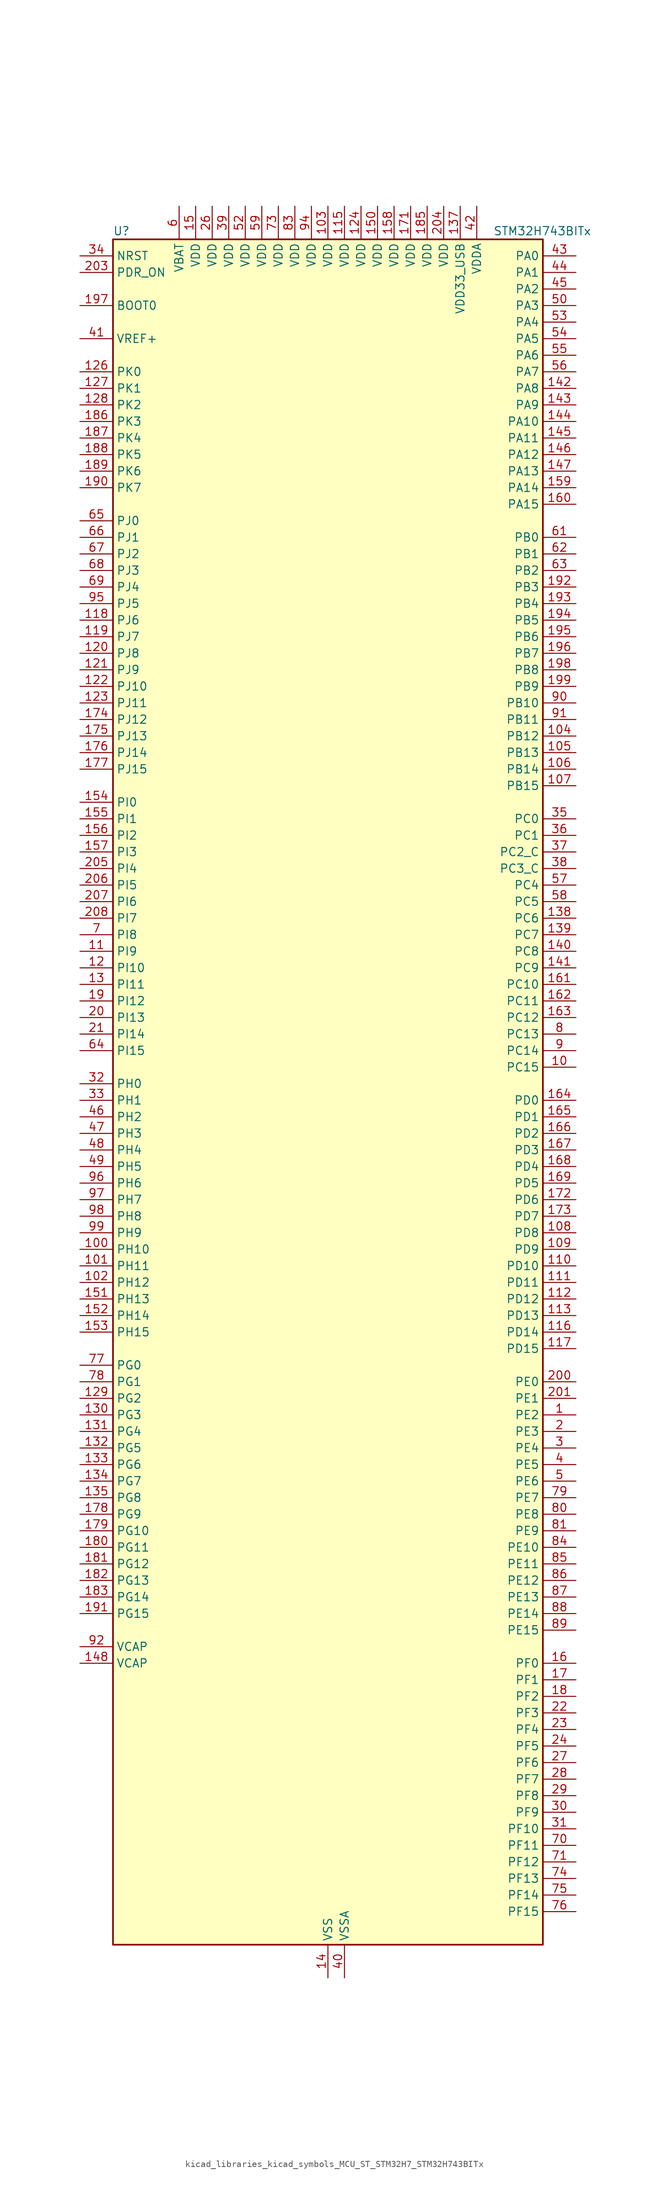
<source format=kicad_sym>
(kicad_symbol_lib
  (version 20220914)
  (generator kicad_symbol_editor)
  (symbol "kicad_libraries_kicad_symbols_MCU_ST_STM32H7_STM32H743BITx"
    (property "Reference" "U"
      (at -33.02 133.35 0)
      (effects (font (size 1.27 1.27)) (justify left)))
    (property "Value" "STM32H743BITx"
      (at 25.4 133.35 0)
      (effects (font (size 1.27 1.27)) (justify left)))
    (property "ki_locked" ""
      (at 0 0 0)
      (effects (font (size 1.27 1.27))))
    (symbol "kicad_libraries_kicad_symbols_MCU_ST_STM32H7_STM32H743BITx_0_1"
      (rectangle (start -33.02 -129.54) (end 33.02 132.08) (stroke (width 0.254) (type default)) (fill (type background))))
    (symbol "kicad_libraries_kicad_symbols_MCU_ST_STM32H7_STM32H743BITx_1_1"
      (pin bidirectional line (at 38.1 -48.26 180) (length 5.08) (name "PE2" (effects (font (size 1.27 1.27)))) (number "1" (effects (font (size 1.27 1.27)))) (alternate "DEBUG_TRACECLK" bidirectional line) (alternate "ETH_TXD3" bidirectional line) (alternate "FMC_A23" bidirectional line) (alternate "QUADSPI_BK1_IO2" bidirectional line) (alternate "SAI1_CK1" bidirectional line) (alternate "SAI1_MCLK_A" bidirectional line) (alternate "SAI4_CK1" bidirectional line) (alternate "SAI4_MCLK_A" bidirectional line) (alternate "SPI4_SCK" bidirectional line))
      (pin bidirectional line (at 38.1 5.08 180) (length 5.08) (name "PC15" (effects (font (size 1.27 1.27)))) (number "10" (effects (font (size 1.27 1.27)))) (alternate "ADC1_EXTI15" bidirectional line) (alternate "ADC2_EXTI15" bidirectional line) (alternate "ADC3_EXTI15" bidirectional line) (alternate "RCC_OSC32_OUT" bidirectional line))
      (pin bidirectional line (at -38.1 -22.86 0) (length 5.08) (name "PH10" (effects (font (size 1.27 1.27)))) (number "100" (effects (font (size 1.27 1.27)))) (alternate "DCMI_D1" bidirectional line) (alternate "FMC_D18" bidirectional line) (alternate "I2C4_SMBA" bidirectional line) (alternate "LTDC_R4" bidirectional line) (alternate "TIM5_CH1" bidirectional line))
      (pin bidirectional line (at -38.1 -25.4 0) (length 5.08) (name "PH11" (effects (font (size 1.27 1.27)))) (number "101" (effects (font (size 1.27 1.27)))) (alternate "ADC1_EXTI11" bidirectional line) (alternate "ADC2_EXTI11" bidirectional line) (alternate "ADC3_EXTI11" bidirectional line) (alternate "DCMI_D2" bidirectional line) (alternate "FMC_D19" bidirectional line) (alternate "I2C4_SCL" bidirectional line) (alternate "LTDC_R5" bidirectional line) (alternate "TIM5_CH2" bidirectional line))
      (pin bidirectional line (at -38.1 -27.94 0) (length 5.08) (name "PH12" (effects (font (size 1.27 1.27)))) (number "102" (effects (font (size 1.27 1.27)))) (alternate "DCMI_D3" bidirectional line) (alternate "FMC_D20" bidirectional line) (alternate "I2C4_SDA" bidirectional line) (alternate "LTDC_R6" bidirectional line) (alternate "TIM5_CH3" bidirectional line))
      (pin power_in line (at 0 137.16 270) (length 5.08) (name "VDD" (effects (font (size 1.27 1.27)))) (number "103" (effects (font (size 1.27 1.27)))))
      (pin bidirectional line (at 38.1 55.88 180) (length 5.08) (name "PB12" (effects (font (size 1.27 1.27)))) (number "104" (effects (font (size 1.27 1.27)))) (alternate "DFSDM1_DATIN1" bidirectional line) (alternate "ETH_TXD0" bidirectional line) (alternate "FDCAN2_RX" bidirectional line) (alternate "I2C2_SMBA" bidirectional line) (alternate "I2S2_WS" bidirectional line) (alternate "SPI2_NSS" bidirectional line) (alternate "TIM1_BKIN" bidirectional line) (alternate "TIM1_BKIN_COMP1" bidirectional line) (alternate "TIM1_BKIN_COMP2" bidirectional line) (alternate "UART5_RX" bidirectional line) (alternate "USART3_CK" bidirectional line) (alternate "USB_OTG_HS_ID" bidirectional line) (alternate "USB_OTG_HS_ULPI_D5" bidirectional line))
      (pin bidirectional line (at 38.1 53.34 180) (length 5.08) (name "PB13" (effects (font (size 1.27 1.27)))) (number "105" (effects (font (size 1.27 1.27)))) (alternate "DFSDM1_CKIN1" bidirectional line) (alternate "ETH_TXD1" bidirectional line) (alternate "FDCAN2_TX" bidirectional line) (alternate "I2S2_CK" bidirectional line) (alternate "LPTIM2_OUT" bidirectional line) (alternate "SPI2_SCK" bidirectional line) (alternate "TIM1_CH1N" bidirectional line) (alternate "UART5_TX" bidirectional line) (alternate "USART3_CTS" bidirectional line) (alternate "USART3_NSS" bidirectional line) (alternate "USB_OTG_HS_ULPI_D6" bidirectional line) (alternate "USB_OTG_HS_VBUS" bidirectional line))
      (pin bidirectional line (at 38.1 50.8 180) (length 5.08) (name "PB14" (effects (font (size 1.27 1.27)))) (number "106" (effects (font (size 1.27 1.27)))) (alternate "DFSDM1_DATIN2" bidirectional line) (alternate "I2S2_SDI" bidirectional line) (alternate "SDMMC2_D0" bidirectional line) (alternate "SPI2_MISO" bidirectional line) (alternate "TIM12_CH1" bidirectional line) (alternate "TIM1_CH2N" bidirectional line) (alternate "TIM8_CH2N" bidirectional line) (alternate "UART4_DE" bidirectional line) (alternate "UART4_RTS" bidirectional line) (alternate "USART1_TX" bidirectional line) (alternate "USART3_DE" bidirectional line) (alternate "USART3_RTS" bidirectional line) (alternate "USB_OTG_HS_DM" bidirectional line))
      (pin bidirectional line (at 38.1 48.26 180) (length 5.08) (name "PB15" (effects (font (size 1.27 1.27)))) (number "107" (effects (font (size 1.27 1.27)))) (alternate "ADC1_EXTI15" bidirectional line) (alternate "ADC2_EXTI15" bidirectional line) (alternate "ADC3_EXTI15" bidirectional line) (alternate "DFSDM1_CKIN2" bidirectional line) (alternate "I2S2_SDO" bidirectional line) (alternate "RTC_REFIN" bidirectional line) (alternate "SDMMC2_D1" bidirectional line) (alternate "SPI2_MOSI" bidirectional line) (alternate "TIM12_CH2" bidirectional line) (alternate "TIM1_CH3N" bidirectional line) (alternate "TIM8_CH3N" bidirectional line) (alternate "UART4_CTS" bidirectional line) (alternate "USART1_RX" bidirectional line) (alternate "USB_OTG_HS_DP" bidirectional line))
      (pin bidirectional line (at 38.1 -20.32 180) (length 5.08) (name "PD8" (effects (font (size 1.27 1.27)))) (number "108" (effects (font (size 1.27 1.27)))) (alternate "DFSDM1_CKIN3" bidirectional line) (alternate "FMC_D13" bidirectional line) (alternate "FMC_DA13" bidirectional line) (alternate "SAI3_SCK_B" bidirectional line) (alternate "SPDIFRX1_IN1" bidirectional line) (alternate "USART3_TX" bidirectional line))
      (pin bidirectional line (at 38.1 -22.86 180) (length 5.08) (name "PD9" (effects (font (size 1.27 1.27)))) (number "109" (effects (font (size 1.27 1.27)))) (alternate "DAC1_EXTI9" bidirectional line) (alternate "DFSDM1_DATIN3" bidirectional line) (alternate "FMC_D14" bidirectional line) (alternate "FMC_DA14" bidirectional line) (alternate "SAI3_SD_B" bidirectional line) (alternate "USART3_RX" bidirectional line))
      (pin bidirectional line (at -38.1 22.86 0) (length 5.08) (name "PI9" (effects (font (size 1.27 1.27)))) (number "11" (effects (font (size 1.27 1.27)))) (alternate "DAC1_EXTI9" bidirectional line) (alternate "FDCAN1_RX" bidirectional line) (alternate "FMC_D30" bidirectional line) (alternate "LTDC_VSYNC" bidirectional line) (alternate "UART4_RX" bidirectional line))
      (pin bidirectional line (at 38.1 -25.4 180) (length 5.08) (name "PD10" (effects (font (size 1.27 1.27)))) (number "110" (effects (font (size 1.27 1.27)))) (alternate "DFSDM1_CKOUT" bidirectional line) (alternate "FMC_D15" bidirectional line) (alternate "FMC_DA15" bidirectional line) (alternate "LTDC_B3" bidirectional line) (alternate "SAI3_FS_B" bidirectional line) (alternate "USART3_CK" bidirectional line))
      (pin bidirectional line (at 38.1 -27.94 180) (length 5.08) (name "PD11" (effects (font (size 1.27 1.27)))) (number "111" (effects (font (size 1.27 1.27)))) (alternate "ADC1_EXTI11" bidirectional line) (alternate "ADC2_EXTI11" bidirectional line) (alternate "ADC3_EXTI11" bidirectional line) (alternate "FMC_A16" bidirectional line) (alternate "FMC_CLE" bidirectional line) (alternate "I2C4_SMBA" bidirectional line) (alternate "LPTIM2_IN2" bidirectional line) (alternate "QUADSPI_BK1_IO0" bidirectional line) (alternate "SAI2_SD_A" bidirectional line) (alternate "USART3_CTS" bidirectional line) (alternate "USART3_NSS" bidirectional line))
      (pin bidirectional line (at 38.1 -30.48 180) (length 5.08) (name "PD12" (effects (font (size 1.27 1.27)))) (number "112" (effects (font (size 1.27 1.27)))) (alternate "FMC_A17" bidirectional line) (alternate "FMC_ALE" bidirectional line) (alternate "I2C4_SCL" bidirectional line) (alternate "LPTIM1_IN1" bidirectional line) (alternate "LPTIM2_IN1" bidirectional line) (alternate "QUADSPI_BK1_IO1" bidirectional line) (alternate "SAI2_FS_A" bidirectional line) (alternate "TIM4_CH1" bidirectional line) (alternate "USART3_DE" bidirectional line) (alternate "USART3_RTS" bidirectional line))
      (pin bidirectional line (at 38.1 -33.02 180) (length 5.08) (name "PD13" (effects (font (size 1.27 1.27)))) (number "113" (effects (font (size 1.27 1.27)))) (alternate "FMC_A18" bidirectional line) (alternate "I2C4_SDA" bidirectional line) (alternate "LPTIM1_OUT" bidirectional line) (alternate "QUADSPI_BK1_IO3" bidirectional line) (alternate "SAI2_SCK_A" bidirectional line) (alternate "TIM4_CH2" bidirectional line))
      (pin passive line (at 0 -134.62 90) (length 5.08) hide (name "VSS" (effects (font (size 1.27 1.27)))) (number "114" (effects (font (size 1.27 1.27)))))
      (pin power_in line (at 2.54 137.16 270) (length 5.08) (name "VDD" (effects (font (size 1.27 1.27)))) (number "115" (effects (font (size 1.27 1.27)))))
      (pin bidirectional line (at 38.1 -35.56 180) (length 5.08) (name "PD14" (effects (font (size 1.27 1.27)))) (number "116" (effects (font (size 1.27 1.27)))) (alternate "FMC_D0" bidirectional line) (alternate "FMC_DA0" bidirectional line) (alternate "SAI3_MCLK_B" bidirectional line) (alternate "TIM4_CH3" bidirectional line) (alternate "UART8_CTS" bidirectional line))
      (pin bidirectional line (at 38.1 -38.1 180) (length 5.08) (name "PD15" (effects (font (size 1.27 1.27)))) (number "117" (effects (font (size 1.27 1.27)))) (alternate "ADC1_EXTI15" bidirectional line) (alternate "ADC2_EXTI15" bidirectional line) (alternate "ADC3_EXTI15" bidirectional line) (alternate "FMC_D1" bidirectional line) (alternate "FMC_DA1" bidirectional line) (alternate "SAI3_MCLK_A" bidirectional line) (alternate "TIM4_CH4" bidirectional line) (alternate "UART8_DE" bidirectional line) (alternate "UART8_RTS" bidirectional line))
      (pin bidirectional line (at -38.1 73.66 0) (length 5.08) (name "PJ6" (effects (font (size 1.27 1.27)))) (number "118" (effects (font (size 1.27 1.27)))) (alternate "LTDC_R7" bidirectional line) (alternate "TIM8_CH2" bidirectional line))
      (pin bidirectional line (at -38.1 71.12 0) (length 5.08) (name "PJ7" (effects (font (size 1.27 1.27)))) (number "119" (effects (font (size 1.27 1.27)))) (alternate "DEBUG_TRGIN" bidirectional line) (alternate "LTDC_G0" bidirectional line) (alternate "TIM8_CH2N" bidirectional line))
      (pin bidirectional line (at -38.1 20.32 0) (length 5.08) (name "PI10" (effects (font (size 1.27 1.27)))) (number "12" (effects (font (size 1.27 1.27)))) (alternate "ETH_RX_ER" bidirectional line) (alternate "FMC_D31" bidirectional line) (alternate "LTDC_HSYNC" bidirectional line))
      (pin bidirectional line (at -38.1 68.58 0) (length 5.08) (name "PJ8" (effects (font (size 1.27 1.27)))) (number "120" (effects (font (size 1.27 1.27)))) (alternate "LTDC_G1" bidirectional line) (alternate "TIM1_CH3N" bidirectional line) (alternate "TIM8_CH1" bidirectional line) (alternate "UART8_TX" bidirectional line))
      (pin bidirectional line (at -38.1 66.04 0) (length 5.08) (name "PJ9" (effects (font (size 1.27 1.27)))) (number "121" (effects (font (size 1.27 1.27)))) (alternate "DAC1_EXTI9" bidirectional line) (alternate "LTDC_G2" bidirectional line) (alternate "TIM1_CH3" bidirectional line) (alternate "TIM8_CH1N" bidirectional line) (alternate "UART8_RX" bidirectional line))
      (pin bidirectional line (at -38.1 63.5 0) (length 5.08) (name "PJ10" (effects (font (size 1.27 1.27)))) (number "122" (effects (font (size 1.27 1.27)))) (alternate "LTDC_G3" bidirectional line) (alternate "SPI5_MOSI" bidirectional line) (alternate "TIM1_CH2N" bidirectional line) (alternate "TIM8_CH2" bidirectional line))
      (pin bidirectional line (at -38.1 60.96 0) (length 5.08) (name "PJ11" (effects (font (size 1.27 1.27)))) (number "123" (effects (font (size 1.27 1.27)))) (alternate "ADC1_EXTI11" bidirectional line) (alternate "ADC2_EXTI11" bidirectional line) (alternate "ADC3_EXTI11" bidirectional line) (alternate "LTDC_G4" bidirectional line) (alternate "SPI5_MISO" bidirectional line) (alternate "TIM1_CH2" bidirectional line) (alternate "TIM8_CH2N" bidirectional line))
      (pin power_in line (at 5.08 137.16 270) (length 5.08) (name "VDD" (effects (font (size 1.27 1.27)))) (number "124" (effects (font (size 1.27 1.27)))))
      (pin passive line (at 0 -134.62 90) (length 5.08) hide (name "VSS" (effects (font (size 1.27 1.27)))) (number "125" (effects (font (size 1.27 1.27)))))
      (pin bidirectional line (at -38.1 111.76 0) (length 5.08) (name "PK0" (effects (font (size 1.27 1.27)))) (number "126" (effects (font (size 1.27 1.27)))) (alternate "LTDC_G5" bidirectional line) (alternate "SPI5_SCK" bidirectional line) (alternate "TIM1_CH1N" bidirectional line) (alternate "TIM8_CH3" bidirectional line))
      (pin bidirectional line (at -38.1 109.22 0) (length 5.08) (name "PK1" (effects (font (size 1.27 1.27)))) (number "127" (effects (font (size 1.27 1.27)))) (alternate "LTDC_G6" bidirectional line) (alternate "SPI5_NSS" bidirectional line) (alternate "TIM1_CH1" bidirectional line) (alternate "TIM8_CH3N" bidirectional line))
      (pin bidirectional line (at -38.1 106.68 0) (length 5.08) (name "PK2" (effects (font (size 1.27 1.27)))) (number "128" (effects (font (size 1.27 1.27)))) (alternate "LTDC_G7" bidirectional line) (alternate "TIM1_BKIN" bidirectional line) (alternate "TIM1_BKIN_COMP1" bidirectional line) (alternate "TIM1_BKIN_COMP2" bidirectional line) (alternate "TIM8_BKIN" bidirectional line) (alternate "TIM8_BKIN_COMP1" bidirectional line) (alternate "TIM8_BKIN_COMP2" bidirectional line))
      (pin bidirectional line (at -38.1 -45.72 0) (length 5.08) (name "PG2" (effects (font (size 1.27 1.27)))) (number "129" (effects (font (size 1.27 1.27)))) (alternate "FMC_A12" bidirectional line) (alternate "TIM8_BKIN" bidirectional line) (alternate "TIM8_BKIN_COMP1" bidirectional line) (alternate "TIM8_BKIN_COMP2" bidirectional line))
      (pin bidirectional line (at -38.1 17.78 0) (length 5.08) (name "PI11" (effects (font (size 1.27 1.27)))) (number "13" (effects (font (size 1.27 1.27)))) (alternate "ADC1_EXTI11" bidirectional line) (alternate "ADC2_EXTI11" bidirectional line) (alternate "ADC3_EXTI11" bidirectional line) (alternate "LTDC_G6" bidirectional line) (alternate "PWR_WKUP4" bidirectional line) (alternate "USB_OTG_HS_ULPI_DIR" bidirectional line))
      (pin bidirectional line (at -38.1 -48.26 0) (length 5.08) (name "PG3" (effects (font (size 1.27 1.27)))) (number "130" (effects (font (size 1.27 1.27)))) (alternate "FMC_A13" bidirectional line) (alternate "TIM8_BKIN2" bidirectional line) (alternate "TIM8_BKIN2_COMP1" bidirectional line) (alternate "TIM8_BKIN2_COMP2" bidirectional line))
      (pin bidirectional line (at -38.1 -50.8 0) (length 5.08) (name "PG4" (effects (font (size 1.27 1.27)))) (number "131" (effects (font (size 1.27 1.27)))) (alternate "FMC_A14" bidirectional line) (alternate "FMC_BA0" bidirectional line) (alternate "TIM1_BKIN2" bidirectional line) (alternate "TIM1_BKIN2_COMP1" bidirectional line) (alternate "TIM1_BKIN2_COMP2" bidirectional line))
      (pin bidirectional line (at -38.1 -53.34 0) (length 5.08) (name "PG5" (effects (font (size 1.27 1.27)))) (number "132" (effects (font (size 1.27 1.27)))) (alternate "FMC_A15" bidirectional line) (alternate "FMC_BA1" bidirectional line) (alternate "TIM1_ETR" bidirectional line))
      (pin bidirectional line (at -38.1 -55.88 0) (length 5.08) (name "PG6" (effects (font (size 1.27 1.27)))) (number "133" (effects (font (size 1.27 1.27)))) (alternate "DCMI_D12" bidirectional line) (alternate "FMC_NE3" bidirectional line) (alternate "HRTIM_CHE1" bidirectional line) (alternate "LTDC_R7" bidirectional line) (alternate "QUADSPI_BK1_NCS" bidirectional line) (alternate "TIM17_BKIN" bidirectional line))
      (pin bidirectional line (at -38.1 -58.42 0) (length 5.08) (name "PG7" (effects (font (size 1.27 1.27)))) (number "134" (effects (font (size 1.27 1.27)))) (alternate "DCMI_D13" bidirectional line) (alternate "FMC_INT" bidirectional line) (alternate "HRTIM_CHE2" bidirectional line) (alternate "LTDC_CLK" bidirectional line) (alternate "SAI1_MCLK_A" bidirectional line) (alternate "USART6_CK" bidirectional line))
      (pin bidirectional line (at -38.1 -60.96 0) (length 5.08) (name "PG8" (effects (font (size 1.27 1.27)))) (number "135" (effects (font (size 1.27 1.27)))) (alternate "ETH_PPS_OUT" bidirectional line) (alternate "FMC_SDCLK" bidirectional line) (alternate "LTDC_G7" bidirectional line) (alternate "SPDIFRX1_IN2" bidirectional line) (alternate "SPI6_NSS" bidirectional line) (alternate "TIM8_ETR" bidirectional line) (alternate "USART6_DE" bidirectional line) (alternate "USART6_RTS" bidirectional line))
      (pin passive line (at 0 -134.62 90) (length 5.08) hide (name "VSS" (effects (font (size 1.27 1.27)))) (number "136" (effects (font (size 1.27 1.27)))))
      (pin power_in line (at 20.32 137.16 270) (length 5.08) (name "VDD33_USB" (effects (font (size 1.27 1.27)))) (number "137" (effects (font (size 1.27 1.27)))))
      (pin bidirectional line (at 38.1 27.94 180) (length 5.08) (name "PC6" (effects (font (size 1.27 1.27)))) (number "138" (effects (font (size 1.27 1.27)))) (alternate "DCMI_D0" bidirectional line) (alternate "DFSDM1_CKIN3" bidirectional line) (alternate "FMC_NWAIT" bidirectional line) (alternate "HRTIM_CHA1" bidirectional line) (alternate "I2S2_MCK" bidirectional line) (alternate "LTDC_HSYNC" bidirectional line) (alternate "SDMMC1_D0DIR" bidirectional line) (alternate "SDMMC1_D6" bidirectional line) (alternate "SDMMC2_D6" bidirectional line) (alternate "SWPMI1_IO" bidirectional line) (alternate "TIM3_CH1" bidirectional line) (alternate "TIM8_CH1" bidirectional line) (alternate "USART6_TX" bidirectional line))
      (pin bidirectional line (at 38.1 25.4 180) (length 5.08) (name "PC7" (effects (font (size 1.27 1.27)))) (number "139" (effects (font (size 1.27 1.27)))) (alternate "DCMI_D1" bidirectional line) (alternate "DEBUG_TRGIO" bidirectional line) (alternate "DFSDM1_DATIN3" bidirectional line) (alternate "FMC_NE1" bidirectional line) (alternate "HRTIM_CHA2" bidirectional line) (alternate "I2S3_MCK" bidirectional line) (alternate "LTDC_G6" bidirectional line) (alternate "SDMMC1_D123DIR" bidirectional line) (alternate "SDMMC1_D7" bidirectional line) (alternate "SDMMC2_D7" bidirectional line) (alternate "SWPMI1_TX" bidirectional line) (alternate "TIM3_CH2" bidirectional line) (alternate "TIM8_CH2" bidirectional line) (alternate "USART6_RX" bidirectional line))
      (pin power_in line (at 0 -134.62 90) (length 5.08) (name "VSS" (effects (font (size 1.27 1.27)))) (number "14" (effects (font (size 1.27 1.27)))))
      (pin bidirectional line (at 38.1 22.86 180) (length 5.08) (name "PC8" (effects (font (size 1.27 1.27)))) (number "140" (effects (font (size 1.27 1.27)))) (alternate "DCMI_D2" bidirectional line) (alternate "DEBUG_TRACED1" bidirectional line) (alternate "FMC_NCE" bidirectional line) (alternate "FMC_NE2" bidirectional line) (alternate "HRTIM_CHB1" bidirectional line) (alternate "SDMMC1_D0" bidirectional line) (alternate "SWPMI1_RX" bidirectional line) (alternate "TIM3_CH3" bidirectional line) (alternate "TIM8_CH3" bidirectional line) (alternate "UART5_DE" bidirectional line) (alternate "UART5_RTS" bidirectional line) (alternate "USART6_CK" bidirectional line))
      (pin bidirectional line (at 38.1 20.32 180) (length 5.08) (name "PC9" (effects (font (size 1.27 1.27)))) (number "141" (effects (font (size 1.27 1.27)))) (alternate "DAC1_EXTI9" bidirectional line) (alternate "DCMI_D3" bidirectional line) (alternate "I2C3_SDA" bidirectional line) (alternate "I2S_CKIN" bidirectional line) (alternate "LTDC_B2" bidirectional line) (alternate "LTDC_G3" bidirectional line) (alternate "QUADSPI_BK1_IO0" bidirectional line) (alternate "RCC_MCO_2" bidirectional line) (alternate "SDMMC1_D1" bidirectional line) (alternate "SWPMI1_SUSPEND" bidirectional line) (alternate "TIM3_CH4" bidirectional line) (alternate "TIM8_CH4" bidirectional line) (alternate "UART5_CTS" bidirectional line))
      (pin bidirectional line (at 38.1 109.22 180) (length 5.08) (name "PA8" (effects (font (size 1.27 1.27)))) (number "142" (effects (font (size 1.27 1.27)))) (alternate "HRTIM_CHB2" bidirectional line) (alternate "I2C3_SCL" bidirectional line) (alternate "LTDC_B3" bidirectional line) (alternate "LTDC_R6" bidirectional line) (alternate "RCC_MCO_1" bidirectional line) (alternate "TIM1_CH1" bidirectional line) (alternate "TIM8_BKIN2" bidirectional line) (alternate "TIM8_BKIN2_COMP1" bidirectional line) (alternate "TIM8_BKIN2_COMP2" bidirectional line) (alternate "UART7_RX" bidirectional line) (alternate "USART1_CK" bidirectional line) (alternate "USB_OTG_FS_SOF" bidirectional line))
      (pin bidirectional line (at 38.1 106.68 180) (length 5.08) (name "PA9" (effects (font (size 1.27 1.27)))) (number "143" (effects (font (size 1.27 1.27)))) (alternate "DAC1_EXTI9" bidirectional line) (alternate "DCMI_D0" bidirectional line) (alternate "HRTIM_CHC1" bidirectional line) (alternate "I2C3_SMBA" bidirectional line) (alternate "I2S2_CK" bidirectional line) (alternate "LPUART1_TX" bidirectional line) (alternate "LTDC_R5" bidirectional line) (alternate "SPI2_SCK" bidirectional line) (alternate "TIM1_CH2" bidirectional line) (alternate "USART1_TX" bidirectional line) (alternate "USB_OTG_FS_VBUS" bidirectional line))
      (pin bidirectional line (at 38.1 104.14 180) (length 5.08) (name "PA10" (effects (font (size 1.27 1.27)))) (number "144" (effects (font (size 1.27 1.27)))) (alternate "DCMI_D1" bidirectional line) (alternate "HRTIM_CHC2" bidirectional line) (alternate "LPUART1_RX" bidirectional line) (alternate "LTDC_B1" bidirectional line) (alternate "LTDC_B4" bidirectional line) (alternate "MDIOS_MDIO" bidirectional line) (alternate "TIM1_CH3" bidirectional line) (alternate "USART1_RX" bidirectional line) (alternate "USB_OTG_FS_ID" bidirectional line))
      (pin bidirectional line (at 38.1 101.6 180) (length 5.08) (name "PA11" (effects (font (size 1.27 1.27)))) (number "145" (effects (font (size 1.27 1.27)))) (alternate "ADC1_EXTI11" bidirectional line) (alternate "ADC2_EXTI11" bidirectional line) (alternate "ADC3_EXTI11" bidirectional line) (alternate "FDCAN1_RX" bidirectional line) (alternate "HRTIM_CHD1" bidirectional line) (alternate "I2S2_WS" bidirectional line) (alternate "LPUART1_CTS" bidirectional line) (alternate "LTDC_R4" bidirectional line) (alternate "SPI2_NSS" bidirectional line) (alternate "TIM1_CH4" bidirectional line) (alternate "UART4_RX" bidirectional line) (alternate "USART1_CTS" bidirectional line) (alternate "USART1_NSS" bidirectional line) (alternate "USB_OTG_FS_DM" bidirectional line))
      (pin bidirectional line (at 38.1 99.06 180) (length 5.08) (name "PA12" (effects (font (size 1.27 1.27)))) (number "146" (effects (font (size 1.27 1.27)))) (alternate "FDCAN1_TX" bidirectional line) (alternate "HRTIM_CHD2" bidirectional line) (alternate "I2S2_CK" bidirectional line) (alternate "LPUART1_DE" bidirectional line) (alternate "LPUART1_RTS" bidirectional line) (alternate "LTDC_R5" bidirectional line) (alternate "SAI2_FS_B" bidirectional line) (alternate "SPI2_SCK" bidirectional line) (alternate "TIM1_ETR" bidirectional line) (alternate "UART4_TX" bidirectional line) (alternate "USART1_DE" bidirectional line) (alternate "USART1_RTS" bidirectional line) (alternate "USB_OTG_FS_DP" bidirectional line))
      (pin bidirectional line (at 38.1 96.52 180) (length 5.08) (name "PA13" (effects (font (size 1.27 1.27)))) (number "147" (effects (font (size 1.27 1.27)))) (alternate "DEBUG_JTMS-SWDIO" bidirectional line))
      (pin power_out line (at -38.1 -86.36 0) (length 5.08) (name "VCAP" (effects (font (size 1.27 1.27)))) (number "148" (effects (font (size 1.27 1.27)))))
      (pin passive line (at 0 -134.62 90) (length 5.08) hide (name "VSS" (effects (font (size 1.27 1.27)))) (number "149" (effects (font (size 1.27 1.27)))))
      (pin power_in line (at -20.32 137.16 270) (length 5.08) (name "VDD" (effects (font (size 1.27 1.27)))) (number "15" (effects (font (size 1.27 1.27)))))
      (pin power_in line (at 7.62 137.16 270) (length 5.08) (name "VDD" (effects (font (size 1.27 1.27)))) (number "150" (effects (font (size 1.27 1.27)))))
      (pin bidirectional line (at -38.1 -30.48 0) (length 5.08) (name "PH13" (effects (font (size 1.27 1.27)))) (number "151" (effects (font (size 1.27 1.27)))) (alternate "FDCAN1_TX" bidirectional line) (alternate "FMC_D21" bidirectional line) (alternate "LTDC_G2" bidirectional line) (alternate "TIM8_CH1N" bidirectional line) (alternate "UART4_TX" bidirectional line))
      (pin bidirectional line (at -38.1 -33.02 0) (length 5.08) (name "PH14" (effects (font (size 1.27 1.27)))) (number "152" (effects (font (size 1.27 1.27)))) (alternate "DCMI_D4" bidirectional line) (alternate "FDCAN1_RX" bidirectional line) (alternate "FMC_D22" bidirectional line) (alternate "LTDC_G3" bidirectional line) (alternate "TIM8_CH2N" bidirectional line) (alternate "UART4_RX" bidirectional line))
      (pin bidirectional line (at -38.1 -35.56 0) (length 5.08) (name "PH15" (effects (font (size 1.27 1.27)))) (number "153" (effects (font (size 1.27 1.27)))) (alternate "ADC1_EXTI15" bidirectional line) (alternate "ADC2_EXTI15" bidirectional line) (alternate "ADC3_EXTI15" bidirectional line) (alternate "DCMI_D11" bidirectional line) (alternate "FMC_D23" bidirectional line) (alternate "LTDC_G4" bidirectional line) (alternate "TIM8_CH3N" bidirectional line))
      (pin bidirectional line (at -38.1 45.72 0) (length 5.08) (name "PI0" (effects (font (size 1.27 1.27)))) (number "154" (effects (font (size 1.27 1.27)))) (alternate "DCMI_D13" bidirectional line) (alternate "FMC_D24" bidirectional line) (alternate "I2S2_WS" bidirectional line) (alternate "LTDC_G5" bidirectional line) (alternate "SPI2_NSS" bidirectional line) (alternate "TIM5_CH4" bidirectional line))
      (pin bidirectional line (at -38.1 43.18 0) (length 5.08) (name "PI1" (effects (font (size 1.27 1.27)))) (number "155" (effects (font (size 1.27 1.27)))) (alternate "DCMI_D8" bidirectional line) (alternate "FMC_D25" bidirectional line) (alternate "I2S2_CK" bidirectional line) (alternate "LTDC_G6" bidirectional line) (alternate "SPI2_SCK" bidirectional line) (alternate "TIM8_BKIN2" bidirectional line) (alternate "TIM8_BKIN2_COMP1" bidirectional line) (alternate "TIM8_BKIN2_COMP2" bidirectional line))
      (pin bidirectional line (at -38.1 40.64 0) (length 5.08) (name "PI2" (effects (font (size 1.27 1.27)))) (number "156" (effects (font (size 1.27 1.27)))) (alternate "DCMI_D9" bidirectional line) (alternate "FMC_D26" bidirectional line) (alternate "I2S2_SDI" bidirectional line) (alternate "LTDC_G7" bidirectional line) (alternate "SPI2_MISO" bidirectional line) (alternate "TIM8_CH4" bidirectional line))
      (pin bidirectional line (at -38.1 38.1 0) (length 5.08) (name "PI3" (effects (font (size 1.27 1.27)))) (number "157" (effects (font (size 1.27 1.27)))) (alternate "DCMI_D10" bidirectional line) (alternate "FMC_D27" bidirectional line) (alternate "I2S2_SDO" bidirectional line) (alternate "SPI2_MOSI" bidirectional line) (alternate "TIM8_ETR" bidirectional line))
      (pin power_in line (at 10.16 137.16 270) (length 5.08) (name "VDD" (effects (font (size 1.27 1.27)))) (number "158" (effects (font (size 1.27 1.27)))))
      (pin bidirectional line (at 38.1 93.98 180) (length 5.08) (name "PA14" (effects (font (size 1.27 1.27)))) (number "159" (effects (font (size 1.27 1.27)))) (alternate "DEBUG_JTCK-SWCLK" bidirectional line))
      (pin bidirectional line (at 38.1 -86.36 180) (length 5.08) (name "PF0" (effects (font (size 1.27 1.27)))) (number "16" (effects (font (size 1.27 1.27)))) (alternate "FMC_A0" bidirectional line) (alternate "I2C2_SDA" bidirectional line))
      (pin bidirectional line (at 38.1 91.44 180) (length 5.08) (name "PA15" (effects (font (size 1.27 1.27)))) (number "160" (effects (font (size 1.27 1.27)))) (alternate "ADC1_EXTI15" bidirectional line) (alternate "ADC2_EXTI15" bidirectional line) (alternate "ADC3_EXTI15" bidirectional line) (alternate "CEC" bidirectional line) (alternate "DEBUG_JTDI" bidirectional line) (alternate "HRTIM_FLT1" bidirectional line) (alternate "I2S1_WS" bidirectional line) (alternate "I2S3_WS" bidirectional line) (alternate "SPI1_NSS" bidirectional line) (alternate "SPI3_NSS" bidirectional line) (alternate "SPI6_NSS" bidirectional line) (alternate "TIM2_CH1" bidirectional line) (alternate "TIM2_ETR" bidirectional line) (alternate "UART4_DE" bidirectional line) (alternate "UART4_RTS" bidirectional line) (alternate "UART7_TX" bidirectional line))
      (pin bidirectional line (at 38.1 17.78 180) (length 5.08) (name "PC10" (effects (font (size 1.27 1.27)))) (number "161" (effects (font (size 1.27 1.27)))) (alternate "DCMI_D8" bidirectional line) (alternate "DFSDM1_CKIN5" bidirectional line) (alternate "HRTIM_EEV1" bidirectional line) (alternate "I2S3_CK" bidirectional line) (alternate "LTDC_R2" bidirectional line) (alternate "QUADSPI_BK1_IO1" bidirectional line) (alternate "SDMMC1_D2" bidirectional line) (alternate "SPI3_SCK" bidirectional line) (alternate "UART4_TX" bidirectional line) (alternate "USART3_TX" bidirectional line))
      (pin bidirectional line (at 38.1 15.24 180) (length 5.08) (name "PC11" (effects (font (size 1.27 1.27)))) (number "162" (effects (font (size 1.27 1.27)))) (alternate "ADC1_EXTI11" bidirectional line) (alternate "ADC2_EXTI11" bidirectional line) (alternate "ADC3_EXTI11" bidirectional line) (alternate "DCMI_D4" bidirectional line) (alternate "DFSDM1_DATIN5" bidirectional line) (alternate "HRTIM_FLT2" bidirectional line) (alternate "I2S3_SDI" bidirectional line) (alternate "QUADSPI_BK2_NCS" bidirectional line) (alternate "SDMMC1_D3" bidirectional line) (alternate "SPI3_MISO" bidirectional line) (alternate "UART4_RX" bidirectional line) (alternate "USART3_RX" bidirectional line))
      (pin bidirectional line (at 38.1 12.7 180) (length 5.08) (name "PC12" (effects (font (size 1.27 1.27)))) (number "163" (effects (font (size 1.27 1.27)))) (alternate "DCMI_D9" bidirectional line) (alternate "DEBUG_TRACED3" bidirectional line) (alternate "HRTIM_EEV2" bidirectional line) (alternate "I2S3_SDO" bidirectional line) (alternate "SDMMC1_CK" bidirectional line) (alternate "SPI3_MOSI" bidirectional line) (alternate "UART5_TX" bidirectional line) (alternate "USART3_CK" bidirectional line))
      (pin bidirectional line (at 38.1 0 180) (length 5.08) (name "PD0" (effects (font (size 1.27 1.27)))) (number "164" (effects (font (size 1.27 1.27)))) (alternate "DFSDM1_CKIN6" bidirectional line) (alternate "FDCAN1_RX" bidirectional line) (alternate "FMC_D2" bidirectional line) (alternate "FMC_DA2" bidirectional line) (alternate "SAI3_SCK_A" bidirectional line) (alternate "UART4_RX" bidirectional line))
      (pin bidirectional line (at 38.1 -2.54 180) (length 5.08) (name "PD1" (effects (font (size 1.27 1.27)))) (number "165" (effects (font (size 1.27 1.27)))) (alternate "DFSDM1_DATIN6" bidirectional line) (alternate "FDCAN1_TX" bidirectional line) (alternate "FMC_D3" bidirectional line) (alternate "FMC_DA3" bidirectional line) (alternate "SAI3_SD_A" bidirectional line) (alternate "UART4_TX" bidirectional line))
      (pin bidirectional line (at 38.1 -5.08 180) (length 5.08) (name "PD2" (effects (font (size 1.27 1.27)))) (number "166" (effects (font (size 1.27 1.27)))) (alternate "DCMI_D11" bidirectional line) (alternate "DEBUG_TRACED2" bidirectional line) (alternate "SDMMC1_CMD" bidirectional line) (alternate "TIM3_ETR" bidirectional line) (alternate "UART5_RX" bidirectional line))
      (pin bidirectional line (at 38.1 -7.62 180) (length 5.08) (name "PD3" (effects (font (size 1.27 1.27)))) (number "167" (effects (font (size 1.27 1.27)))) (alternate "DCMI_D5" bidirectional line) (alternate "DFSDM1_CKOUT" bidirectional line) (alternate "FMC_CLK" bidirectional line) (alternate "I2S2_CK" bidirectional line) (alternate "LTDC_G7" bidirectional line) (alternate "SPI2_SCK" bidirectional line) (alternate "USART2_CTS" bidirectional line) (alternate "USART2_NSS" bidirectional line))
      (pin bidirectional line (at 38.1 -10.16 180) (length 5.08) (name "PD4" (effects (font (size 1.27 1.27)))) (number "168" (effects (font (size 1.27 1.27)))) (alternate "FMC_NOE" bidirectional line) (alternate "HRTIM_FLT3" bidirectional line) (alternate "SAI3_FS_A" bidirectional line) (alternate "USART2_DE" bidirectional line) (alternate "USART2_RTS" bidirectional line))
      (pin bidirectional line (at 38.1 -12.7 180) (length 5.08) (name "PD5" (effects (font (size 1.27 1.27)))) (number "169" (effects (font (size 1.27 1.27)))) (alternate "FMC_NWE" bidirectional line) (alternate "HRTIM_EEV3" bidirectional line) (alternate "USART2_TX" bidirectional line))
      (pin bidirectional line (at 38.1 -88.9 180) (length 5.08) (name "PF1" (effects (font (size 1.27 1.27)))) (number "17" (effects (font (size 1.27 1.27)))) (alternate "FMC_A1" bidirectional line) (alternate "I2C2_SCL" bidirectional line))
      (pin passive line (at 0 -134.62 90) (length 5.08) hide (name "VSS" (effects (font (size 1.27 1.27)))) (number "170" (effects (font (size 1.27 1.27)))))
      (pin power_in line (at 12.7 137.16 270) (length 5.08) (name "VDD" (effects (font (size 1.27 1.27)))) (number "171" (effects (font (size 1.27 1.27)))))
      (pin bidirectional line (at 38.1 -15.24 180) (length 5.08) (name "PD6" (effects (font (size 1.27 1.27)))) (number "172" (effects (font (size 1.27 1.27)))) (alternate "DCMI_D10" bidirectional line) (alternate "DFSDM1_CKIN4" bidirectional line) (alternate "DFSDM1_DATIN1" bidirectional line) (alternate "FMC_NWAIT" bidirectional line) (alternate "I2S3_SDO" bidirectional line) (alternate "LTDC_B2" bidirectional line) (alternate "SAI1_D1" bidirectional line) (alternate "SAI1_SD_A" bidirectional line) (alternate "SAI4_D1" bidirectional line) (alternate "SAI4_SD_A" bidirectional line) (alternate "SDMMC2_CK" bidirectional line) (alternate "SPI3_MOSI" bidirectional line) (alternate "USART2_RX" bidirectional line))
      (pin bidirectional line (at 38.1 -17.78 180) (length 5.08) (name "PD7" (effects (font (size 1.27 1.27)))) (number "173" (effects (font (size 1.27 1.27)))) (alternate "DFSDM1_CKIN1" bidirectional line) (alternate "DFSDM1_DATIN4" bidirectional line) (alternate "FMC_NE1" bidirectional line) (alternate "I2S1_SDO" bidirectional line) (alternate "SDMMC2_CMD" bidirectional line) (alternate "SPDIFRX1_IN0" bidirectional line) (alternate "SPI1_MOSI" bidirectional line) (alternate "USART2_CK" bidirectional line))
      (pin bidirectional line (at -38.1 58.42 0) (length 5.08) (name "PJ12" (effects (font (size 1.27 1.27)))) (number "174" (effects (font (size 1.27 1.27)))) (alternate "DEBUG_TRGOUT" bidirectional line) (alternate "LTDC_B0" bidirectional line) (alternate "LTDC_G3" bidirectional line))
      (pin bidirectional line (at -38.1 55.88 0) (length 5.08) (name "PJ13" (effects (font (size 1.27 1.27)))) (number "175" (effects (font (size 1.27 1.27)))) (alternate "LTDC_B1" bidirectional line) (alternate "LTDC_B4" bidirectional line))
      (pin bidirectional line (at -38.1 53.34 0) (length 5.08) (name "PJ14" (effects (font (size 1.27 1.27)))) (number "176" (effects (font (size 1.27 1.27)))) (alternate "LTDC_B2" bidirectional line))
      (pin bidirectional line (at -38.1 50.8 0) (length 5.08) (name "PJ15" (effects (font (size 1.27 1.27)))) (number "177" (effects (font (size 1.27 1.27)))) (alternate "ADC1_EXTI15" bidirectional line) (alternate "ADC2_EXTI15" bidirectional line) (alternate "ADC3_EXTI15" bidirectional line) (alternate "LTDC_B3" bidirectional line))
      (pin bidirectional line (at -38.1 -63.5 0) (length 5.08) (name "PG9" (effects (font (size 1.27 1.27)))) (number "178" (effects (font (size 1.27 1.27)))) (alternate "DAC1_EXTI9" bidirectional line) (alternate "DCMI_VSYNC" bidirectional line) (alternate "FMC_NCE" bidirectional line) (alternate "FMC_NE2" bidirectional line) (alternate "I2S1_SDI" bidirectional line) (alternate "QUADSPI_BK2_IO2" bidirectional line) (alternate "SAI2_FS_B" bidirectional line) (alternate "SPDIFRX1_IN3" bidirectional line) (alternate "SPI1_MISO" bidirectional line) (alternate "USART6_RX" bidirectional line))
      (pin bidirectional line (at -38.1 -66.04 0) (length 5.08) (name "PG10" (effects (font (size 1.27 1.27)))) (number "179" (effects (font (size 1.27 1.27)))) (alternate "DCMI_D2" bidirectional line) (alternate "FMC_NE3" bidirectional line) (alternate "HRTIM_FLT5" bidirectional line) (alternate "I2S1_WS" bidirectional line) (alternate "LTDC_B2" bidirectional line) (alternate "LTDC_G3" bidirectional line) (alternate "SAI2_SD_B" bidirectional line) (alternate "SPI1_NSS" bidirectional line))
      (pin bidirectional line (at 38.1 -91.44 180) (length 5.08) (name "PF2" (effects (font (size 1.27 1.27)))) (number "18" (effects (font (size 1.27 1.27)))) (alternate "FMC_A2" bidirectional line) (alternate "I2C2_SMBA" bidirectional line))
      (pin bidirectional line (at -38.1 -68.58 0) (length 5.08) (name "PG11" (effects (font (size 1.27 1.27)))) (number "180" (effects (font (size 1.27 1.27)))) (alternate "ADC1_EXTI11" bidirectional line) (alternate "ADC2_EXTI11" bidirectional line) (alternate "ADC3_EXTI11" bidirectional line) (alternate "DCMI_D3" bidirectional line) (alternate "ETH_TX_EN" bidirectional line) (alternate "HRTIM_EEV4" bidirectional line) (alternate "I2S1_CK" bidirectional line) (alternate "LPTIM1_IN2" bidirectional line) (alternate "LTDC_B3" bidirectional line) (alternate "SDMMC2_D2" bidirectional line) (alternate "SPDIFRX1_IN0" bidirectional line) (alternate "SPI1_SCK" bidirectional line))
      (pin bidirectional line (at -38.1 -71.12 0) (length 5.08) (name "PG12" (effects (font (size 1.27 1.27)))) (number "181" (effects (font (size 1.27 1.27)))) (alternate "ETH_TXD1" bidirectional line) (alternate "FMC_NE4" bidirectional line) (alternate "HRTIM_EEV5" bidirectional line) (alternate "LPTIM1_IN1" bidirectional line) (alternate "LTDC_B1" bidirectional line) (alternate "LTDC_B4" bidirectional line) (alternate "SPDIFRX1_IN1" bidirectional line) (alternate "SPI6_MISO" bidirectional line) (alternate "USART6_DE" bidirectional line) (alternate "USART6_RTS" bidirectional line))
      (pin bidirectional line (at -38.1 -73.66 0) (length 5.08) (name "PG13" (effects (font (size 1.27 1.27)))) (number "182" (effects (font (size 1.27 1.27)))) (alternate "DEBUG_TRACED0" bidirectional line) (alternate "ETH_TXD0" bidirectional line) (alternate "FMC_A24" bidirectional line) (alternate "HRTIM_EEV10" bidirectional line) (alternate "LPTIM1_OUT" bidirectional line) (alternate "LTDC_R0" bidirectional line) (alternate "SPI6_SCK" bidirectional line) (alternate "USART6_CTS" bidirectional line) (alternate "USART6_NSS" bidirectional line))
      (pin bidirectional line (at -38.1 -76.2 0) (length 5.08) (name "PG14" (effects (font (size 1.27 1.27)))) (number "183" (effects (font (size 1.27 1.27)))) (alternate "DEBUG_TRACED1" bidirectional line) (alternate "ETH_TXD1" bidirectional line) (alternate "FMC_A25" bidirectional line) (alternate "LPTIM1_ETR" bidirectional line) (alternate "LTDC_B0" bidirectional line) (alternate "QUADSPI_BK2_IO3" bidirectional line) (alternate "SPI6_MOSI" bidirectional line) (alternate "USART6_TX" bidirectional line))
      (pin passive line (at 0 -134.62 90) (length 5.08) hide (name "VSS" (effects (font (size 1.27 1.27)))) (number "184" (effects (font (size 1.27 1.27)))))
      (pin power_in line (at 15.24 137.16 270) (length 5.08) (name "VDD" (effects (font (size 1.27 1.27)))) (number "185" (effects (font (size 1.27 1.27)))))
      (pin bidirectional line (at -38.1 104.14 0) (length 5.08) (name "PK3" (effects (font (size 1.27 1.27)))) (number "186" (effects (font (size 1.27 1.27)))) (alternate "LTDC_B4" bidirectional line))
      (pin bidirectional line (at -38.1 101.6 0) (length 5.08) (name "PK4" (effects (font (size 1.27 1.27)))) (number "187" (effects (font (size 1.27 1.27)))) (alternate "LTDC_B5" bidirectional line))
      (pin bidirectional line (at -38.1 99.06 0) (length 5.08) (name "PK5" (effects (font (size 1.27 1.27)))) (number "188" (effects (font (size 1.27 1.27)))) (alternate "LTDC_B6" bidirectional line))
      (pin bidirectional line (at -38.1 96.52 0) (length 5.08) (name "PK6" (effects (font (size 1.27 1.27)))) (number "189" (effects (font (size 1.27 1.27)))) (alternate "LTDC_B7" bidirectional line))
      (pin bidirectional line (at -38.1 15.24 0) (length 5.08) (name "PI12" (effects (font (size 1.27 1.27)))) (number "19" (effects (font (size 1.27 1.27)))) (alternate "LTDC_HSYNC" bidirectional line))
      (pin bidirectional line (at -38.1 93.98 0) (length 5.08) (name "PK7" (effects (font (size 1.27 1.27)))) (number "190" (effects (font (size 1.27 1.27)))) (alternate "LTDC_DE" bidirectional line))
      (pin bidirectional line (at -38.1 -78.74 0) (length 5.08) (name "PG15" (effects (font (size 1.27 1.27)))) (number "191" (effects (font (size 1.27 1.27)))) (alternate "ADC1_EXTI15" bidirectional line) (alternate "ADC2_EXTI15" bidirectional line) (alternate "ADC3_EXTI15" bidirectional line) (alternate "DCMI_D13" bidirectional line) (alternate "FMC_SDNCAS" bidirectional line) (alternate "USART6_CTS" bidirectional line) (alternate "USART6_NSS" bidirectional line))
      (pin bidirectional line (at 38.1 78.74 180) (length 5.08) (name "PB3" (effects (font (size 1.27 1.27)))) (number "192" (effects (font (size 1.27 1.27)))) (alternate "CRS_SYNC" bidirectional line) (alternate "DEBUG_JTDO-SWO" bidirectional line) (alternate "HRTIM_FLT4" bidirectional line) (alternate "I2S1_CK" bidirectional line) (alternate "I2S3_CK" bidirectional line) (alternate "SDMMC2_D2" bidirectional line) (alternate "SPI1_SCK" bidirectional line) (alternate "SPI3_SCK" bidirectional line) (alternate "SPI6_SCK" bidirectional line) (alternate "TIM2_CH2" bidirectional line) (alternate "UART7_RX" bidirectional line))
      (pin bidirectional line (at 38.1 76.2 180) (length 5.08) (name "PB4" (effects (font (size 1.27 1.27)))) (number "193" (effects (font (size 1.27 1.27)))) (alternate "DEBUG_JTRST" bidirectional line) (alternate "HRTIM_EEV6" bidirectional line) (alternate "I2S1_SDI" bidirectional line) (alternate "I2S2_WS" bidirectional line) (alternate "I2S3_SDI" bidirectional line) (alternate "SDMMC2_D3" bidirectional line) (alternate "SPI1_MISO" bidirectional line) (alternate "SPI2_NSS" bidirectional line) (alternate "SPI3_MISO" bidirectional line) (alternate "SPI6_MISO" bidirectional line) (alternate "TIM16_BKIN" bidirectional line) (alternate "TIM3_CH1" bidirectional line) (alternate "UART7_TX" bidirectional line))
      (pin bidirectional line (at 38.1 73.66 180) (length 5.08) (name "PB5" (effects (font (size 1.27 1.27)))) (number "194" (effects (font (size 1.27 1.27)))) (alternate "DCMI_D10" bidirectional line) (alternate "ETH_PPS_OUT" bidirectional line) (alternate "FDCAN2_RX" bidirectional line) (alternate "FMC_SDCKE1" bidirectional line) (alternate "HRTIM_EEV7" bidirectional line) (alternate "I2C1_SMBA" bidirectional line) (alternate "I2C4_SMBA" bidirectional line) (alternate "I2S1_SDO" bidirectional line) (alternate "I2S3_SDO" bidirectional line) (alternate "SPI1_MOSI" bidirectional line) (alternate "SPI3_MOSI" bidirectional line) (alternate "SPI6_MOSI" bidirectional line) (alternate "TIM17_BKIN" bidirectional line) (alternate "TIM3_CH2" bidirectional line) (alternate "UART5_RX" bidirectional line) (alternate "USB_OTG_HS_ULPI_D7" bidirectional line))
      (pin bidirectional line (at 38.1 71.12 180) (length 5.08) (name "PB6" (effects (font (size 1.27 1.27)))) (number "195" (effects (font (size 1.27 1.27)))) (alternate "CEC" bidirectional line) (alternate "DCMI_D5" bidirectional line) (alternate "DFSDM1_DATIN5" bidirectional line) (alternate "FDCAN2_TX" bidirectional line) (alternate "FMC_SDNE1" bidirectional line) (alternate "HRTIM_EEV8" bidirectional line) (alternate "I2C1_SCL" bidirectional line) (alternate "I2C4_SCL" bidirectional line) (alternate "LPUART1_TX" bidirectional line) (alternate "QUADSPI_BK1_NCS" bidirectional line) (alternate "TIM16_CH1N" bidirectional line) (alternate "TIM4_CH1" bidirectional line) (alternate "UART5_TX" bidirectional line) (alternate "USART1_TX" bidirectional line))
      (pin bidirectional line (at 38.1 68.58 180) (length 5.08) (name "PB7" (effects (font (size 1.27 1.27)))) (number "196" (effects (font (size 1.27 1.27)))) (alternate "DCMI_VSYNC" bidirectional line) (alternate "DFSDM1_CKIN5" bidirectional line) (alternate "FMC_NL" bidirectional line) (alternate "HRTIM_EEV9" bidirectional line) (alternate "I2C1_SDA" bidirectional line) (alternate "I2C4_SDA" bidirectional line) (alternate "LPUART1_RX" bidirectional line) (alternate "PWR_PVD_IN" bidirectional line) (alternate "TIM17_CH1N" bidirectional line) (alternate "TIM4_CH2" bidirectional line) (alternate "USART1_RX" bidirectional line))
      (pin input line (at -38.1 121.92 0) (length 5.08) (name "BOOT0" (effects (font (size 1.27 1.27)))) (number "197" (effects (font (size 1.27 1.27)))))
      (pin bidirectional line (at 38.1 66.04 180) (length 5.08) (name "PB8" (effects (font (size 1.27 1.27)))) (number "198" (effects (font (size 1.27 1.27)))) (alternate "DCMI_D6" bidirectional line) (alternate "DFSDM1_CKIN7" bidirectional line) (alternate "ETH_TXD3" bidirectional line) (alternate "FDCAN1_RX" bidirectional line) (alternate "I2C1_SCL" bidirectional line) (alternate "I2C4_SCL" bidirectional line) (alternate "LTDC_B6" bidirectional line) (alternate "SDMMC1_CKIN" bidirectional line) (alternate "SDMMC1_D4" bidirectional line) (alternate "SDMMC2_D4" bidirectional line) (alternate "TIM16_CH1" bidirectional line) (alternate "TIM4_CH3" bidirectional line) (alternate "UART4_RX" bidirectional line))
      (pin bidirectional line (at 38.1 63.5 180) (length 5.08) (name "PB9" (effects (font (size 1.27 1.27)))) (number "199" (effects (font (size 1.27 1.27)))) (alternate "DAC1_EXTI9" bidirectional line) (alternate "DCMI_D7" bidirectional line) (alternate "DFSDM1_DATIN7" bidirectional line) (alternate "FDCAN1_TX" bidirectional line) (alternate "I2C1_SDA" bidirectional line) (alternate "I2C4_SDA" bidirectional line) (alternate "I2C4_SMBA" bidirectional line) (alternate "I2S2_WS" bidirectional line) (alternate "LTDC_B7" bidirectional line) (alternate "SDMMC1_CDIR" bidirectional line) (alternate "SDMMC1_D5" bidirectional line) (alternate "SDMMC2_D5" bidirectional line) (alternate "SPI2_NSS" bidirectional line) (alternate "TIM17_CH1" bidirectional line) (alternate "TIM4_CH4" bidirectional line) (alternate "UART4_TX" bidirectional line))
      (pin bidirectional line (at 38.1 -50.8 180) (length 5.08) (name "PE3" (effects (font (size 1.27 1.27)))) (number "2" (effects (font (size 1.27 1.27)))) (alternate "DEBUG_TRACED0" bidirectional line) (alternate "FMC_A19" bidirectional line) (alternate "SAI1_SD_B" bidirectional line) (alternate "SAI4_SD_B" bidirectional line) (alternate "TIM15_BKIN" bidirectional line))
      (pin bidirectional line (at -38.1 12.7 0) (length 5.08) (name "PI13" (effects (font (size 1.27 1.27)))) (number "20" (effects (font (size 1.27 1.27)))) (alternate "LTDC_VSYNC" bidirectional line))
      (pin bidirectional line (at 38.1 -43.18 180) (length 5.08) (name "PE0" (effects (font (size 1.27 1.27)))) (number "200" (effects (font (size 1.27 1.27)))) (alternate "DCMI_D2" bidirectional line) (alternate "FMC_NBL0" bidirectional line) (alternate "HRTIM_SCIN" bidirectional line) (alternate "LPTIM1_ETR" bidirectional line) (alternate "LPTIM2_ETR" bidirectional line) (alternate "SAI2_MCLK_A" bidirectional line) (alternate "TIM4_ETR" bidirectional line) (alternate "UART8_RX" bidirectional line))
      (pin bidirectional line (at 38.1 -45.72 180) (length 5.08) (name "PE1" (effects (font (size 1.27 1.27)))) (number "201" (effects (font (size 1.27 1.27)))) (alternate "DCMI_D3" bidirectional line) (alternate "FMC_NBL1" bidirectional line) (alternate "HRTIM_SCOUT" bidirectional line) (alternate "LPTIM1_IN2" bidirectional line) (alternate "UART8_TX" bidirectional line))
      (pin passive line (at 0 -134.62 90) (length 5.08) hide (name "VSS" (effects (font (size 1.27 1.27)))) (number "202" (effects (font (size 1.27 1.27)))))
      (pin input line (at -38.1 127 0) (length 5.08) (name "PDR_ON" (effects (font (size 1.27 1.27)))) (number "203" (effects (font (size 1.27 1.27)))))
      (pin power_in line (at 17.78 137.16 270) (length 5.08) (name "VDD" (effects (font (size 1.27 1.27)))) (number "204" (effects (font (size 1.27 1.27)))))
      (pin bidirectional line (at -38.1 35.56 0) (length 5.08) (name "PI4" (effects (font (size 1.27 1.27)))) (number "205" (effects (font (size 1.27 1.27)))) (alternate "DCMI_D5" bidirectional line) (alternate "FMC_NBL2" bidirectional line) (alternate "LTDC_B4" bidirectional line) (alternate "SAI2_MCLK_A" bidirectional line) (alternate "TIM8_BKIN" bidirectional line) (alternate "TIM8_BKIN_COMP1" bidirectional line) (alternate "TIM8_BKIN_COMP2" bidirectional line))
      (pin bidirectional line (at -38.1 33.02 0) (length 5.08) (name "PI5" (effects (font (size 1.27 1.27)))) (number "206" (effects (font (size 1.27 1.27)))) (alternate "DCMI_VSYNC" bidirectional line) (alternate "FMC_NBL3" bidirectional line) (alternate "LTDC_B5" bidirectional line) (alternate "SAI2_SCK_A" bidirectional line) (alternate "TIM8_CH1" bidirectional line))
      (pin bidirectional line (at -38.1 30.48 0) (length 5.08) (name "PI6" (effects (font (size 1.27 1.27)))) (number "207" (effects (font (size 1.27 1.27)))) (alternate "DCMI_D6" bidirectional line) (alternate "FMC_D28" bidirectional line) (alternate "LTDC_B6" bidirectional line) (alternate "SAI2_SD_A" bidirectional line) (alternate "TIM8_CH2" bidirectional line))
      (pin bidirectional line (at -38.1 27.94 0) (length 5.08) (name "PI7" (effects (font (size 1.27 1.27)))) (number "208" (effects (font (size 1.27 1.27)))) (alternate "DCMI_D7" bidirectional line) (alternate "FMC_D29" bidirectional line) (alternate "LTDC_B7" bidirectional line) (alternate "SAI2_FS_A" bidirectional line) (alternate "TIM8_CH3" bidirectional line))
      (pin bidirectional line (at -38.1 10.16 0) (length 5.08) (name "PI14" (effects (font (size 1.27 1.27)))) (number "21" (effects (font (size 1.27 1.27)))) (alternate "LTDC_CLK" bidirectional line))
      (pin bidirectional line (at 38.1 -93.98 180) (length 5.08) (name "PF3" (effects (font (size 1.27 1.27)))) (number "22" (effects (font (size 1.27 1.27)))) (alternate "ADC3_INP5" bidirectional line) (alternate "FMC_A3" bidirectional line))
      (pin bidirectional line (at 38.1 -96.52 180) (length 5.08) (name "PF4" (effects (font (size 1.27 1.27)))) (number "23" (effects (font (size 1.27 1.27)))) (alternate "ADC3_INN5" bidirectional line) (alternate "ADC3_INP9" bidirectional line) (alternate "FMC_A4" bidirectional line))
      (pin bidirectional line (at 38.1 -99.06 180) (length 5.08) (name "PF5" (effects (font (size 1.27 1.27)))) (number "24" (effects (font (size 1.27 1.27)))) (alternate "ADC3_INP4" bidirectional line) (alternate "FMC_A5" bidirectional line))
      (pin passive line (at 0 -134.62 90) (length 5.08) hide (name "VSS" (effects (font (size 1.27 1.27)))) (number "25" (effects (font (size 1.27 1.27)))))
      (pin power_in line (at -17.78 137.16 270) (length 5.08) (name "VDD" (effects (font (size 1.27 1.27)))) (number "26" (effects (font (size 1.27 1.27)))))
      (pin bidirectional line (at 38.1 -101.6 180) (length 5.08) (name "PF6" (effects (font (size 1.27 1.27)))) (number "27" (effects (font (size 1.27 1.27)))) (alternate "ADC3_INN4" bidirectional line) (alternate "ADC3_INP8" bidirectional line) (alternate "QUADSPI_BK1_IO3" bidirectional line) (alternate "SAI1_SD_B" bidirectional line) (alternate "SAI4_SD_B" bidirectional line) (alternate "SPI5_NSS" bidirectional line) (alternate "TIM16_CH1" bidirectional line) (alternate "UART7_RX" bidirectional line))
      (pin bidirectional line (at 38.1 -104.14 180) (length 5.08) (name "PF7" (effects (font (size 1.27 1.27)))) (number "28" (effects (font (size 1.27 1.27)))) (alternate "ADC3_INP3" bidirectional line) (alternate "QUADSPI_BK1_IO2" bidirectional line) (alternate "SAI1_MCLK_B" bidirectional line) (alternate "SAI4_MCLK_B" bidirectional line) (alternate "SPI5_SCK" bidirectional line) (alternate "TIM17_CH1" bidirectional line) (alternate "UART7_TX" bidirectional line))
      (pin bidirectional line (at 38.1 -106.68 180) (length 5.08) (name "PF8" (effects (font (size 1.27 1.27)))) (number "29" (effects (font (size 1.27 1.27)))) (alternate "ADC3_INN3" bidirectional line) (alternate "ADC3_INP7" bidirectional line) (alternate "QUADSPI_BK1_IO0" bidirectional line) (alternate "SAI1_SCK_B" bidirectional line) (alternate "SAI4_SCK_B" bidirectional line) (alternate "SPI5_MISO" bidirectional line) (alternate "TIM13_CH1" bidirectional line) (alternate "TIM16_CH1N" bidirectional line) (alternate "UART7_DE" bidirectional line) (alternate "UART7_RTS" bidirectional line))
      (pin bidirectional line (at 38.1 -53.34 180) (length 5.08) (name "PE4" (effects (font (size 1.27 1.27)))) (number "3" (effects (font (size 1.27 1.27)))) (alternate "DCMI_D4" bidirectional line) (alternate "DEBUG_TRACED1" bidirectional line) (alternate "DFSDM1_DATIN3" bidirectional line) (alternate "FMC_A20" bidirectional line) (alternate "LTDC_B0" bidirectional line) (alternate "SAI1_D2" bidirectional line) (alternate "SAI1_FS_A" bidirectional line) (alternate "SAI4_D2" bidirectional line) (alternate "SAI4_FS_A" bidirectional line) (alternate "SPI4_NSS" bidirectional line) (alternate "TIM15_CH1N" bidirectional line))
      (pin bidirectional line (at 38.1 -109.22 180) (length 5.08) (name "PF9" (effects (font (size 1.27 1.27)))) (number "30" (effects (font (size 1.27 1.27)))) (alternate "ADC3_INP2" bidirectional line) (alternate "DAC1_EXTI9" bidirectional line) (alternate "QUADSPI_BK1_IO1" bidirectional line) (alternate "SAI1_FS_B" bidirectional line) (alternate "SAI4_FS_B" bidirectional line) (alternate "SPI5_MOSI" bidirectional line) (alternate "TIM14_CH1" bidirectional line) (alternate "TIM17_CH1N" bidirectional line) (alternate "UART7_CTS" bidirectional line))
      (pin bidirectional line (at 38.1 -111.76 180) (length 5.08) (name "PF10" (effects (font (size 1.27 1.27)))) (number "31" (effects (font (size 1.27 1.27)))) (alternate "ADC3_INN2" bidirectional line) (alternate "ADC3_INP6" bidirectional line) (alternate "DCMI_D11" bidirectional line) (alternate "LTDC_DE" bidirectional line) (alternate "QUADSPI_CLK" bidirectional line) (alternate "SAI1_D3" bidirectional line) (alternate "SAI4_D3" bidirectional line) (alternate "TIM16_BKIN" bidirectional line))
      (pin bidirectional line (at -38.1 2.54 0) (length 5.08) (name "PH0" (effects (font (size 1.27 1.27)))) (number "32" (effects (font (size 1.27 1.27)))) (alternate "RCC_OSC_IN" bidirectional line))
      (pin bidirectional line (at -38.1 0 0) (length 5.08) (name "PH1" (effects (font (size 1.27 1.27)))) (number "33" (effects (font (size 1.27 1.27)))) (alternate "RCC_OSC_OUT" bidirectional line))
      (pin input line (at -38.1 129.54 0) (length 5.08) (name "NRST" (effects (font (size 1.27 1.27)))) (number "34" (effects (font (size 1.27 1.27)))))
      (pin bidirectional line (at 38.1 43.18 180) (length 5.08) (name "PC0" (effects (font (size 1.27 1.27)))) (number "35" (effects (font (size 1.27 1.27)))) (alternate "ADC1_INP10" bidirectional line) (alternate "ADC2_INP10" bidirectional line) (alternate "ADC3_INP10" bidirectional line) (alternate "DFSDM1_CKIN0" bidirectional line) (alternate "DFSDM1_DATIN4" bidirectional line) (alternate "FMC_SDNWE" bidirectional line) (alternate "LTDC_R5" bidirectional line) (alternate "SAI2_FS_B" bidirectional line) (alternate "USB_OTG_HS_ULPI_STP" bidirectional line))
      (pin bidirectional line (at 38.1 40.64 180) (length 5.08) (name "PC1" (effects (font (size 1.27 1.27)))) (number "36" (effects (font (size 1.27 1.27)))) (alternate "ADC1_INN10" bidirectional line) (alternate "ADC1_INP11" bidirectional line) (alternate "ADC2_INN10" bidirectional line) (alternate "ADC2_INP11" bidirectional line) (alternate "ADC3_INN10" bidirectional line) (alternate "ADC3_INP11" bidirectional line) (alternate "DEBUG_TRACED0" bidirectional line) (alternate "DFSDM1_CKIN4" bidirectional line) (alternate "DFSDM1_DATIN0" bidirectional line) (alternate "ETH_MDC" bidirectional line) (alternate "I2S2_SDO" bidirectional line) (alternate "MDIOS_MDC" bidirectional line) (alternate "PWR_WKUP5" bidirectional line) (alternate "RTC_TAMP3" bidirectional line) (alternate "SAI1_D1" bidirectional line) (alternate "SAI1_SD_A" bidirectional line) (alternate "SAI4_D1" bidirectional line) (alternate "SAI4_SD_A" bidirectional line) (alternate "SDMMC2_CK" bidirectional line) (alternate "SPI2_MOSI" bidirectional line))
      (pin bidirectional line (at 38.1 38.1 180) (length 5.08) (name "PC2_C" (effects (font (size 1.27 1.27)))) (number "37" (effects (font (size 1.27 1.27)))) (alternate "ADC3_INN1" bidirectional line) (alternate "ADC3_INP0" bidirectional line) (alternate "DFSDM1_CKIN1" bidirectional line) (alternate "DFSDM1_CKOUT" bidirectional line) (alternate "ETH_TXD2" bidirectional line) (alternate "FMC_SDNE0" bidirectional line) (alternate "I2S2_SDI" bidirectional line) (alternate "PWR_CSTOP" bidirectional line) (alternate "SPI2_MISO" bidirectional line) (alternate "USB_OTG_HS_ULPI_DIR" bidirectional line))
      (pin bidirectional line (at 38.1 35.56 180) (length 5.08) (name "PC3_C" (effects (font (size 1.27 1.27)))) (number "38" (effects (font (size 1.27 1.27)))) (alternate "ADC3_INP1" bidirectional line) (alternate "DFSDM1_DATIN1" bidirectional line) (alternate "ETH_TX_CLK" bidirectional line) (alternate "FMC_SDCKE0" bidirectional line) (alternate "I2S2_SDO" bidirectional line) (alternate "PWR_CSLEEP" bidirectional line) (alternate "SPI2_MOSI" bidirectional line) (alternate "USB_OTG_HS_ULPI_NXT" bidirectional line))
      (pin power_in line (at -15.24 137.16 270) (length 5.08) (name "VDD" (effects (font (size 1.27 1.27)))) (number "39" (effects (font (size 1.27 1.27)))))
      (pin bidirectional line (at 38.1 -55.88 180) (length 5.08) (name "PE5" (effects (font (size 1.27 1.27)))) (number "4" (effects (font (size 1.27 1.27)))) (alternate "DCMI_D6" bidirectional line) (alternate "DEBUG_TRACED2" bidirectional line) (alternate "DFSDM1_CKIN3" bidirectional line) (alternate "FMC_A21" bidirectional line) (alternate "LTDC_G0" bidirectional line) (alternate "SAI1_CK2" bidirectional line) (alternate "SAI1_SCK_A" bidirectional line) (alternate "SAI4_CK2" bidirectional line) (alternate "SAI4_SCK_A" bidirectional line) (alternate "SPI4_MISO" bidirectional line) (alternate "TIM15_CH1" bidirectional line))
      (pin power_in line (at 2.54 -134.62 90) (length 5.08) (name "VSSA" (effects (font (size 1.27 1.27)))) (number "40" (effects (font (size 1.27 1.27)))))
      (pin input line (at -38.1 116.84 0) (length 5.08) (name "VREF+" (effects (font (size 1.27 1.27)))) (number "41" (effects (font (size 1.27 1.27)))) (alternate "VREFBUF_OUT" bidirectional line))
      (pin power_in line (at 22.86 137.16 270) (length 5.08) (name "VDDA" (effects (font (size 1.27 1.27)))) (number "42" (effects (font (size 1.27 1.27)))))
      (pin bidirectional line (at 38.1 129.54 180) (length 5.08) (name "PA0" (effects (font (size 1.27 1.27)))) (number "43" (effects (font (size 1.27 1.27)))) (alternate "ADC1_INP16" bidirectional line) (alternate "ETH_CRS" bidirectional line) (alternate "PWR_WKUP0" bidirectional line) (alternate "SAI2_SD_B" bidirectional line) (alternate "SDMMC2_CMD" bidirectional line) (alternate "TIM15_BKIN" bidirectional line) (alternate "TIM2_CH1" bidirectional line) (alternate "TIM2_ETR" bidirectional line) (alternate "TIM5_CH1" bidirectional line) (alternate "TIM8_ETR" bidirectional line) (alternate "UART4_TX" bidirectional line) (alternate "USART2_CTS" bidirectional line) (alternate "USART2_NSS" bidirectional line))
      (pin bidirectional line (at 38.1 127 180) (length 5.08) (name "PA1" (effects (font (size 1.27 1.27)))) (number "44" (effects (font (size 1.27 1.27)))) (alternate "ADC1_INN16" bidirectional line) (alternate "ADC1_INP17" bidirectional line) (alternate "ETH_REF_CLK" bidirectional line) (alternate "ETH_RX_CLK" bidirectional line) (alternate "LPTIM3_OUT" bidirectional line) (alternate "LTDC_R2" bidirectional line) (alternate "QUADSPI_BK1_IO3" bidirectional line) (alternate "SAI2_MCLK_B" bidirectional line) (alternate "TIM15_CH1N" bidirectional line) (alternate "TIM2_CH2" bidirectional line) (alternate "TIM5_CH2" bidirectional line) (alternate "UART4_RX" bidirectional line) (alternate "USART2_DE" bidirectional line) (alternate "USART2_RTS" bidirectional line))
      (pin bidirectional line (at 38.1 124.46 180) (length 5.08) (name "PA2" (effects (font (size 1.27 1.27)))) (number "45" (effects (font (size 1.27 1.27)))) (alternate "ADC1_INP14" bidirectional line) (alternate "ADC2_INP14" bidirectional line) (alternate "ETH_MDIO" bidirectional line) (alternate "LPTIM4_OUT" bidirectional line) (alternate "LTDC_R1" bidirectional line) (alternate "MDIOS_MDIO" bidirectional line) (alternate "PWR_WKUP1" bidirectional line) (alternate "SAI2_SCK_B" bidirectional line) (alternate "TIM15_CH1" bidirectional line) (alternate "TIM2_CH3" bidirectional line) (alternate "TIM5_CH3" bidirectional line) (alternate "USART2_TX" bidirectional line))
      (pin bidirectional line (at -38.1 -2.54 0) (length 5.08) (name "PH2" (effects (font (size 1.27 1.27)))) (number "46" (effects (font (size 1.27 1.27)))) (alternate "ADC3_INP13" bidirectional line) (alternate "ETH_CRS" bidirectional line) (alternate "FMC_SDCKE0" bidirectional line) (alternate "LPTIM1_IN2" bidirectional line) (alternate "LTDC_R0" bidirectional line) (alternate "QUADSPI_BK2_IO0" bidirectional line) (alternate "SAI2_SCK_B" bidirectional line))
      (pin bidirectional line (at -38.1 -5.08 0) (length 5.08) (name "PH3" (effects (font (size 1.27 1.27)))) (number "47" (effects (font (size 1.27 1.27)))) (alternate "ADC3_INN13" bidirectional line) (alternate "ADC3_INP14" bidirectional line) (alternate "ETH_COL" bidirectional line) (alternate "FMC_SDNE0" bidirectional line) (alternate "LTDC_R1" bidirectional line) (alternate "QUADSPI_BK2_IO1" bidirectional line) (alternate "SAI2_MCLK_B" bidirectional line))
      (pin bidirectional line (at -38.1 -7.62 0) (length 5.08) (name "PH4" (effects (font (size 1.27 1.27)))) (number "48" (effects (font (size 1.27 1.27)))) (alternate "ADC3_INN14" bidirectional line) (alternate "ADC3_INP15" bidirectional line) (alternate "I2C2_SCL" bidirectional line) (alternate "LTDC_G4" bidirectional line) (alternate "LTDC_G5" bidirectional line) (alternate "USB_OTG_HS_ULPI_NXT" bidirectional line))
      (pin bidirectional line (at -38.1 -10.16 0) (length 5.08) (name "PH5" (effects (font (size 1.27 1.27)))) (number "49" (effects (font (size 1.27 1.27)))) (alternate "ADC3_INN15" bidirectional line) (alternate "ADC3_INP16" bidirectional line) (alternate "FMC_SDNWE" bidirectional line) (alternate "I2C2_SDA" bidirectional line) (alternate "SPI5_NSS" bidirectional line))
      (pin bidirectional line (at 38.1 -58.42 180) (length 5.08) (name "PE6" (effects (font (size 1.27 1.27)))) (number "5" (effects (font (size 1.27 1.27)))) (alternate "DCMI_D7" bidirectional line) (alternate "DEBUG_TRACED3" bidirectional line) (alternate "FMC_A22" bidirectional line) (alternate "LTDC_G1" bidirectional line) (alternate "SAI1_D1" bidirectional line) (alternate "SAI1_SD_A" bidirectional line) (alternate "SAI2_MCLK_B" bidirectional line) (alternate "SAI4_D1" bidirectional line) (alternate "SAI4_SD_A" bidirectional line) (alternate "SPI4_MOSI" bidirectional line) (alternate "TIM15_CH2" bidirectional line) (alternate "TIM1_BKIN2" bidirectional line) (alternate "TIM1_BKIN2_COMP1" bidirectional line) (alternate "TIM1_BKIN2_COMP2" bidirectional line))
      (pin bidirectional line (at 38.1 121.92 180) (length 5.08) (name "PA3" (effects (font (size 1.27 1.27)))) (number "50" (effects (font (size 1.27 1.27)))) (alternate "ADC1_INP15" bidirectional line) (alternate "ADC2_INP15" bidirectional line) (alternate "ETH_COL" bidirectional line) (alternate "LPTIM5_OUT" bidirectional line) (alternate "LTDC_B2" bidirectional line) (alternate "LTDC_B5" bidirectional line) (alternate "TIM15_CH2" bidirectional line) (alternate "TIM2_CH4" bidirectional line) (alternate "TIM5_CH4" bidirectional line) (alternate "USART2_RX" bidirectional line) (alternate "USB_OTG_HS_ULPI_D0" bidirectional line))
      (pin passive line (at 0 -134.62 90) (length 5.08) hide (name "VSS" (effects (font (size 1.27 1.27)))) (number "51" (effects (font (size 1.27 1.27)))))
      (pin power_in line (at -12.7 137.16 270) (length 5.08) (name "VDD" (effects (font (size 1.27 1.27)))) (number "52" (effects (font (size 1.27 1.27)))))
      (pin bidirectional line (at 38.1 119.38 180) (length 5.08) (name "PA4" (effects (font (size 1.27 1.27)))) (number "53" (effects (font (size 1.27 1.27)))) (alternate "ADC1_INP18" bidirectional line) (alternate "ADC2_INP18" bidirectional line) (alternate "DAC1_OUT1" bidirectional line) (alternate "DCMI_HSYNC" bidirectional line) (alternate "I2S1_WS" bidirectional line) (alternate "I2S3_WS" bidirectional line) (alternate "LTDC_VSYNC" bidirectional line) (alternate "SPI1_NSS" bidirectional line) (alternate "SPI3_NSS" bidirectional line) (alternate "SPI6_NSS" bidirectional line) (alternate "TIM5_ETR" bidirectional line) (alternate "USART2_CK" bidirectional line) (alternate "USB_OTG_HS_SOF" bidirectional line))
      (pin bidirectional line (at 38.1 116.84 180) (length 5.08) (name "PA5" (effects (font (size 1.27 1.27)))) (number "54" (effects (font (size 1.27 1.27)))) (alternate "ADC1_INN18" bidirectional line) (alternate "ADC1_INP19" bidirectional line) (alternate "ADC2_INN18" bidirectional line) (alternate "ADC2_INP19" bidirectional line) (alternate "DAC1_OUT2" bidirectional line) (alternate "I2S1_CK" bidirectional line) (alternate "LTDC_R4" bidirectional line) (alternate "PWR_NDSTOP2" bidirectional line) (alternate "SPI1_SCK" bidirectional line) (alternate "SPI6_SCK" bidirectional line) (alternate "TIM2_CH1" bidirectional line) (alternate "TIM2_ETR" bidirectional line) (alternate "TIM8_CH1N" bidirectional line) (alternate "USB_OTG_HS_ULPI_CK" bidirectional line))
      (pin bidirectional line (at 38.1 114.3 180) (length 5.08) (name "PA6" (effects (font (size 1.27 1.27)))) (number "55" (effects (font (size 1.27 1.27)))) (alternate "ADC1_INP3" bidirectional line) (alternate "ADC2_INP3" bidirectional line) (alternate "DCMI_PIXCLK" bidirectional line) (alternate "I2S1_SDI" bidirectional line) (alternate "LTDC_G2" bidirectional line) (alternate "MDIOS_MDC" bidirectional line) (alternate "SPI1_MISO" bidirectional line) (alternate "SPI6_MISO" bidirectional line) (alternate "TIM13_CH1" bidirectional line) (alternate "TIM1_BKIN" bidirectional line) (alternate "TIM1_BKIN_COMP1" bidirectional line) (alternate "TIM1_BKIN_COMP2" bidirectional line) (alternate "TIM3_CH1" bidirectional line) (alternate "TIM8_BKIN" bidirectional line) (alternate "TIM8_BKIN_COMP1" bidirectional line) (alternate "TIM8_BKIN_COMP2" bidirectional line))
      (pin bidirectional line (at 38.1 111.76 180) (length 5.08) (name "PA7" (effects (font (size 1.27 1.27)))) (number "56" (effects (font (size 1.27 1.27)))) (alternate "ADC1_INN3" bidirectional line) (alternate "ADC1_INP7" bidirectional line) (alternate "ADC2_INN3" bidirectional line) (alternate "ADC2_INP7" bidirectional line) (alternate "ETH_CRS_DV" bidirectional line) (alternate "ETH_RX_DV" bidirectional line) (alternate "FMC_SDNWE" bidirectional line) (alternate "I2S1_SDO" bidirectional line) (alternate "OPAMP1_VINM" bidirectional line) (alternate "OPAMP1_VINM1" bidirectional line) (alternate "SPI1_MOSI" bidirectional line) (alternate "SPI6_MOSI" bidirectional line) (alternate "TIM14_CH1" bidirectional line) (alternate "TIM1_CH1N" bidirectional line) (alternate "TIM3_CH2" bidirectional line) (alternate "TIM8_CH1N" bidirectional line))
      (pin bidirectional line (at 38.1 33.02 180) (length 5.08) (name "PC4" (effects (font (size 1.27 1.27)))) (number "57" (effects (font (size 1.27 1.27)))) (alternate "ADC1_INP4" bidirectional line) (alternate "ADC2_INP4" bidirectional line) (alternate "COMP1_INM" bidirectional line) (alternate "DFSDM1_CKIN2" bidirectional line) (alternate "ETH_RXD0" bidirectional line) (alternate "FMC_SDNE0" bidirectional line) (alternate "I2S1_MCK" bidirectional line) (alternate "OPAMP1_VOUT" bidirectional line) (alternate "SPDIFRX1_IN2" bidirectional line))
      (pin bidirectional line (at 38.1 30.48 180) (length 5.08) (name "PC5" (effects (font (size 1.27 1.27)))) (number "58" (effects (font (size 1.27 1.27)))) (alternate "ADC1_INN4" bidirectional line) (alternate "ADC1_INP8" bidirectional line) (alternate "ADC2_INN4" bidirectional line) (alternate "ADC2_INP8" bidirectional line) (alternate "COMP1_OUT" bidirectional line) (alternate "DFSDM1_DATIN2" bidirectional line) (alternate "ETH_RXD1" bidirectional line) (alternate "FMC_SDCKE0" bidirectional line) (alternate "OPAMP1_VINM" bidirectional line) (alternate "OPAMP1_VINM0" bidirectional line) (alternate "SAI1_D3" bidirectional line) (alternate "SAI4_D3" bidirectional line) (alternate "SPDIFRX1_IN3" bidirectional line))
      (pin power_in line (at -10.16 137.16 270) (length 5.08) (name "VDD" (effects (font (size 1.27 1.27)))) (number "59" (effects (font (size 1.27 1.27)))))
      (pin power_in line (at -22.86 137.16 270) (length 5.08) (name "VBAT" (effects (font (size 1.27 1.27)))) (number "6" (effects (font (size 1.27 1.27)))))
      (pin passive line (at 0 -134.62 90) (length 5.08) hide (name "VSS" (effects (font (size 1.27 1.27)))) (number "60" (effects (font (size 1.27 1.27)))))
      (pin bidirectional line (at 38.1 86.36 180) (length 5.08) (name "PB0" (effects (font (size 1.27 1.27)))) (number "61" (effects (font (size 1.27 1.27)))) (alternate "ADC1_INN5" bidirectional line) (alternate "ADC1_INP9" bidirectional line) (alternate "ADC2_INN5" bidirectional line) (alternate "ADC2_INP9" bidirectional line) (alternate "COMP1_INP" bidirectional line) (alternate "DFSDM1_CKOUT" bidirectional line) (alternate "ETH_RXD2" bidirectional line) (alternate "LTDC_G1" bidirectional line) (alternate "LTDC_R3" bidirectional line) (alternate "OPAMP1_VINP" bidirectional line) (alternate "TIM1_CH2N" bidirectional line) (alternate "TIM3_CH3" bidirectional line) (alternate "TIM8_CH2N" bidirectional line) (alternate "UART4_CTS" bidirectional line) (alternate "USB_OTG_HS_ULPI_D1" bidirectional line))
      (pin bidirectional line (at 38.1 83.82 180) (length 5.08) (name "PB1" (effects (font (size 1.27 1.27)))) (number "62" (effects (font (size 1.27 1.27)))) (alternate "ADC1_INP5" bidirectional line) (alternate "ADC2_INP5" bidirectional line) (alternate "COMP1_INM" bidirectional line) (alternate "DFSDM1_DATIN1" bidirectional line) (alternate "ETH_RXD3" bidirectional line) (alternate "LTDC_G0" bidirectional line) (alternate "LTDC_R6" bidirectional line) (alternate "TIM1_CH3N" bidirectional line) (alternate "TIM3_CH4" bidirectional line) (alternate "TIM8_CH3N" bidirectional line) (alternate "USB_OTG_HS_ULPI_D2" bidirectional line))
      (pin bidirectional line (at 38.1 81.28 180) (length 5.08) (name "PB2" (effects (font (size 1.27 1.27)))) (number "63" (effects (font (size 1.27 1.27)))) (alternate "COMP1_INP" bidirectional line) (alternate "DFSDM1_CKIN1" bidirectional line) (alternate "I2S3_SDO" bidirectional line) (alternate "QUADSPI_CLK" bidirectional line) (alternate "RTC_OUT_ALARM" bidirectional line) (alternate "RTC_OUT_CALIB" bidirectional line) (alternate "SAI1_D1" bidirectional line) (alternate "SAI1_SD_A" bidirectional line) (alternate "SAI4_D1" bidirectional line) (alternate "SAI4_SD_A" bidirectional line) (alternate "SPI3_MOSI" bidirectional line))
      (pin bidirectional line (at -38.1 7.62 0) (length 5.08) (name "PI15" (effects (font (size 1.27 1.27)))) (number "64" (effects (font (size 1.27 1.27)))) (alternate "ADC1_EXTI15" bidirectional line) (alternate "ADC2_EXTI15" bidirectional line) (alternate "ADC3_EXTI15" bidirectional line) (alternate "LTDC_G2" bidirectional line) (alternate "LTDC_R0" bidirectional line))
      (pin bidirectional line (at -38.1 88.9 0) (length 5.08) (name "PJ0" (effects (font (size 1.27 1.27)))) (number "65" (effects (font (size 1.27 1.27)))) (alternate "LTDC_R1" bidirectional line) (alternate "LTDC_R7" bidirectional line))
      (pin bidirectional line (at -38.1 86.36 0) (length 5.08) (name "PJ1" (effects (font (size 1.27 1.27)))) (number "66" (effects (font (size 1.27 1.27)))) (alternate "LTDC_R2" bidirectional line))
      (pin bidirectional line (at -38.1 83.82 0) (length 5.08) (name "PJ2" (effects (font (size 1.27 1.27)))) (number "67" (effects (font (size 1.27 1.27)))) (alternate "LTDC_R3" bidirectional line))
      (pin bidirectional line (at -38.1 81.28 0) (length 5.08) (name "PJ3" (effects (font (size 1.27 1.27)))) (number "68" (effects (font (size 1.27 1.27)))) (alternate "LTDC_R4" bidirectional line))
      (pin bidirectional line (at -38.1 78.74 0) (length 5.08) (name "PJ4" (effects (font (size 1.27 1.27)))) (number "69" (effects (font (size 1.27 1.27)))) (alternate "LTDC_R5" bidirectional line))
      (pin bidirectional line (at -38.1 25.4 0) (length 5.08) (name "PI8" (effects (font (size 1.27 1.27)))) (number "7" (effects (font (size 1.27 1.27)))) (alternate "PWR_WKUP3" bidirectional line) (alternate "RTC_TAMP2" bidirectional line))
      (pin bidirectional line (at 38.1 -114.3 180) (length 5.08) (name "PF11" (effects (font (size 1.27 1.27)))) (number "70" (effects (font (size 1.27 1.27)))) (alternate "ADC1_EXTI11" bidirectional line) (alternate "ADC1_INP2" bidirectional line) (alternate "ADC2_EXTI11" bidirectional line) (alternate "ADC3_EXTI11" bidirectional line) (alternate "DCMI_D12" bidirectional line) (alternate "FMC_SDNRAS" bidirectional line) (alternate "SAI2_SD_B" bidirectional line) (alternate "SPI5_MOSI" bidirectional line))
      (pin bidirectional line (at 38.1 -116.84 180) (length 5.08) (name "PF12" (effects (font (size 1.27 1.27)))) (number "71" (effects (font (size 1.27 1.27)))) (alternate "ADC1_INN2" bidirectional line) (alternate "ADC1_INP6" bidirectional line) (alternate "FMC_A6" bidirectional line))
      (pin passive line (at 0 -134.62 90) (length 5.08) hide (name "VSS" (effects (font (size 1.27 1.27)))) (number "72" (effects (font (size 1.27 1.27)))))
      (pin power_in line (at -7.62 137.16 270) (length 5.08) (name "VDD" (effects (font (size 1.27 1.27)))) (number "73" (effects (font (size 1.27 1.27)))))
      (pin bidirectional line (at 38.1 -119.38 180) (length 5.08) (name "PF13" (effects (font (size 1.27 1.27)))) (number "74" (effects (font (size 1.27 1.27)))) (alternate "ADC2_INP2" bidirectional line) (alternate "DFSDM1_DATIN6" bidirectional line) (alternate "FMC_A7" bidirectional line) (alternate "I2C4_SMBA" bidirectional line))
      (pin bidirectional line (at 38.1 -121.92 180) (length 5.08) (name "PF14" (effects (font (size 1.27 1.27)))) (number "75" (effects (font (size 1.27 1.27)))) (alternate "ADC2_INN2" bidirectional line) (alternate "ADC2_INP6" bidirectional line) (alternate "DFSDM1_CKIN6" bidirectional line) (alternate "FMC_A8" bidirectional line) (alternate "I2C4_SCL" bidirectional line))
      (pin bidirectional line (at 38.1 -124.46 180) (length 5.08) (name "PF15" (effects (font (size 1.27 1.27)))) (number "76" (effects (font (size 1.27 1.27)))) (alternate "ADC1_EXTI15" bidirectional line) (alternate "ADC2_EXTI15" bidirectional line) (alternate "ADC3_EXTI15" bidirectional line) (alternate "FMC_A9" bidirectional line) (alternate "I2C4_SDA" bidirectional line))
      (pin bidirectional line (at -38.1 -40.64 0) (length 5.08) (name "PG0" (effects (font (size 1.27 1.27)))) (number "77" (effects (font (size 1.27 1.27)))) (alternate "FMC_A10" bidirectional line))
      (pin bidirectional line (at -38.1 -43.18 0) (length 5.08) (name "PG1" (effects (font (size 1.27 1.27)))) (number "78" (effects (font (size 1.27 1.27)))) (alternate "FMC_A11" bidirectional line) (alternate "OPAMP2_VINM" bidirectional line) (alternate "OPAMP2_VINM1" bidirectional line))
      (pin bidirectional line (at 38.1 -60.96 180) (length 5.08) (name "PE7" (effects (font (size 1.27 1.27)))) (number "79" (effects (font (size 1.27 1.27)))) (alternate "COMP2_INM" bidirectional line) (alternate "DFSDM1_DATIN2" bidirectional line) (alternate "FMC_D4" bidirectional line) (alternate "FMC_DA4" bidirectional line) (alternate "OPAMP2_VOUT" bidirectional line) (alternate "QUADSPI_BK2_IO0" bidirectional line) (alternate "TIM1_ETR" bidirectional line) (alternate "UART7_RX" bidirectional line))
      (pin bidirectional line (at 38.1 10.16 180) (length 5.08) (name "PC13" (effects (font (size 1.27 1.27)))) (number "8" (effects (font (size 1.27 1.27)))) (alternate "PWR_WKUP2" bidirectional line) (alternate "RTC_OUT_ALARM" bidirectional line) (alternate "RTC_OUT_CALIB" bidirectional line) (alternate "RTC_TAMP1" bidirectional line) (alternate "RTC_TS" bidirectional line))
      (pin bidirectional line (at 38.1 -63.5 180) (length 5.08) (name "PE8" (effects (font (size 1.27 1.27)))) (number "80" (effects (font (size 1.27 1.27)))) (alternate "COMP2_OUT" bidirectional line) (alternate "DFSDM1_CKIN2" bidirectional line) (alternate "FMC_D5" bidirectional line) (alternate "FMC_DA5" bidirectional line) (alternate "OPAMP2_VINM" bidirectional line) (alternate "OPAMP2_VINM0" bidirectional line) (alternate "QUADSPI_BK2_IO1" bidirectional line) (alternate "TIM1_CH1N" bidirectional line) (alternate "UART7_TX" bidirectional line))
      (pin bidirectional line (at 38.1 -66.04 180) (length 5.08) (name "PE9" (effects (font (size 1.27 1.27)))) (number "81" (effects (font (size 1.27 1.27)))) (alternate "COMP2_INP" bidirectional line) (alternate "DAC1_EXTI9" bidirectional line) (alternate "DFSDM1_CKOUT" bidirectional line) (alternate "FMC_D6" bidirectional line) (alternate "FMC_DA6" bidirectional line) (alternate "OPAMP2_VINP" bidirectional line) (alternate "QUADSPI_BK2_IO2" bidirectional line) (alternate "TIM1_CH1" bidirectional line) (alternate "UART7_DE" bidirectional line) (alternate "UART7_RTS" bidirectional line))
      (pin passive line (at 0 -134.62 90) (length 5.08) hide (name "VSS" (effects (font (size 1.27 1.27)))) (number "82" (effects (font (size 1.27 1.27)))))
      (pin power_in line (at -5.08 137.16 270) (length 5.08) (name "VDD" (effects (font (size 1.27 1.27)))) (number "83" (effects (font (size 1.27 1.27)))))
      (pin bidirectional line (at 38.1 -68.58 180) (length 5.08) (name "PE10" (effects (font (size 1.27 1.27)))) (number "84" (effects (font (size 1.27 1.27)))) (alternate "COMP2_INM" bidirectional line) (alternate "DFSDM1_DATIN4" bidirectional line) (alternate "FMC_D7" bidirectional line) (alternate "FMC_DA7" bidirectional line) (alternate "QUADSPI_BK2_IO3" bidirectional line) (alternate "TIM1_CH2N" bidirectional line) (alternate "UART7_CTS" bidirectional line))
      (pin bidirectional line (at 38.1 -71.12 180) (length 5.08) (name "PE11" (effects (font (size 1.27 1.27)))) (number "85" (effects (font (size 1.27 1.27)))) (alternate "ADC1_EXTI11" bidirectional line) (alternate "ADC2_EXTI11" bidirectional line) (alternate "ADC3_EXTI11" bidirectional line) (alternate "COMP2_INP" bidirectional line) (alternate "DFSDM1_CKIN4" bidirectional line) (alternate "FMC_D8" bidirectional line) (alternate "FMC_DA8" bidirectional line) (alternate "LTDC_G3" bidirectional line) (alternate "SAI2_SD_B" bidirectional line) (alternate "SPI4_NSS" bidirectional line) (alternate "TIM1_CH2" bidirectional line))
      (pin bidirectional line (at 38.1 -73.66 180) (length 5.08) (name "PE12" (effects (font (size 1.27 1.27)))) (number "86" (effects (font (size 1.27 1.27)))) (alternate "COMP1_OUT" bidirectional line) (alternate "DFSDM1_DATIN5" bidirectional line) (alternate "FMC_D9" bidirectional line) (alternate "FMC_DA9" bidirectional line) (alternate "LTDC_B4" bidirectional line) (alternate "SAI2_SCK_B" bidirectional line) (alternate "SPI4_SCK" bidirectional line) (alternate "TIM1_CH3N" bidirectional line))
      (pin bidirectional line (at 38.1 -76.2 180) (length 5.08) (name "PE13" (effects (font (size 1.27 1.27)))) (number "87" (effects (font (size 1.27 1.27)))) (alternate "COMP2_OUT" bidirectional line) (alternate "DFSDM1_CKIN5" bidirectional line) (alternate "FMC_D10" bidirectional line) (alternate "FMC_DA10" bidirectional line) (alternate "LTDC_DE" bidirectional line) (alternate "SAI2_FS_B" bidirectional line) (alternate "SPI4_MISO" bidirectional line) (alternate "TIM1_CH3" bidirectional line))
      (pin bidirectional line (at 38.1 -78.74 180) (length 5.08) (name "PE14" (effects (font (size 1.27 1.27)))) (number "88" (effects (font (size 1.27 1.27)))) (alternate "FMC_D11" bidirectional line) (alternate "FMC_DA11" bidirectional line) (alternate "LTDC_CLK" bidirectional line) (alternate "SAI2_MCLK_B" bidirectional line) (alternate "SPI4_MOSI" bidirectional line) (alternate "TIM1_CH4" bidirectional line))
      (pin bidirectional line (at 38.1 -81.28 180) (length 5.08) (name "PE15" (effects (font (size 1.27 1.27)))) (number "89" (effects (font (size 1.27 1.27)))) (alternate "ADC1_EXTI15" bidirectional line) (alternate "ADC2_EXTI15" bidirectional line) (alternate "ADC3_EXTI15" bidirectional line) (alternate "FMC_D12" bidirectional line) (alternate "FMC_DA12" bidirectional line) (alternate "LTDC_R7" bidirectional line) (alternate "TIM1_BKIN" bidirectional line) (alternate "TIM1_BKIN_COMP1" bidirectional line) (alternate "TIM1_BKIN_COMP2" bidirectional line))
      (pin bidirectional line (at 38.1 7.62 180) (length 5.08) (name "PC14" (effects (font (size 1.27 1.27)))) (number "9" (effects (font (size 1.27 1.27)))) (alternate "RCC_OSC32_IN" bidirectional line))
      (pin bidirectional line (at 38.1 60.96 180) (length 5.08) (name "PB10" (effects (font (size 1.27 1.27)))) (number "90" (effects (font (size 1.27 1.27)))) (alternate "DFSDM1_DATIN7" bidirectional line) (alternate "ETH_RX_ER" bidirectional line) (alternate "HRTIM_SCOUT" bidirectional line) (alternate "I2C2_SCL" bidirectional line) (alternate "I2S2_CK" bidirectional line) (alternate "LPTIM2_IN1" bidirectional line) (alternate "LTDC_G4" bidirectional line) (alternate "QUADSPI_BK1_NCS" bidirectional line) (alternate "SPI2_SCK" bidirectional line) (alternate "TIM2_CH3" bidirectional line) (alternate "USART3_TX" bidirectional line) (alternate "USB_OTG_HS_ULPI_D3" bidirectional line))
      (pin bidirectional line (at 38.1 58.42 180) (length 5.08) (name "PB11" (effects (font (size 1.27 1.27)))) (number "91" (effects (font (size 1.27 1.27)))) (alternate "ADC1_EXTI11" bidirectional line) (alternate "ADC2_EXTI11" bidirectional line) (alternate "ADC3_EXTI11" bidirectional line) (alternate "DFSDM1_CKIN7" bidirectional line) (alternate "ETH_TX_EN" bidirectional line) (alternate "HRTIM_SCIN" bidirectional line) (alternate "I2C2_SDA" bidirectional line) (alternate "LPTIM2_ETR" bidirectional line) (alternate "LTDC_G5" bidirectional line) (alternate "TIM2_CH4" bidirectional line) (alternate "USART3_RX" bidirectional line) (alternate "USB_OTG_HS_ULPI_D4" bidirectional line))
      (pin power_out line (at -38.1 -83.82 0) (length 5.08) (name "VCAP" (effects (font (size 1.27 1.27)))) (number "92" (effects (font (size 1.27 1.27)))))
      (pin passive line (at 0 -134.62 90) (length 5.08) hide (name "VSS" (effects (font (size 1.27 1.27)))) (number "93" (effects (font (size 1.27 1.27)))))
      (pin power_in line (at -2.54 137.16 270) (length 5.08) (name "VDD" (effects (font (size 1.27 1.27)))) (number "94" (effects (font (size 1.27 1.27)))))
      (pin bidirectional line (at -38.1 76.2 0) (length 5.08) (name "PJ5" (effects (font (size 1.27 1.27)))) (number "95" (effects (font (size 1.27 1.27)))) (alternate "LTDC_R6" bidirectional line))
      (pin bidirectional line (at -38.1 -12.7 0) (length 5.08) (name "PH6" (effects (font (size 1.27 1.27)))) (number "96" (effects (font (size 1.27 1.27)))) (alternate "DCMI_D8" bidirectional line) (alternate "ETH_RXD2" bidirectional line) (alternate "FMC_SDNE1" bidirectional line) (alternate "I2C2_SMBA" bidirectional line) (alternate "SPI5_SCK" bidirectional line) (alternate "TIM12_CH1" bidirectional line))
      (pin bidirectional line (at -38.1 -15.24 0) (length 5.08) (name "PH7" (effects (font (size 1.27 1.27)))) (number "97" (effects (font (size 1.27 1.27)))) (alternate "DCMI_D9" bidirectional line) (alternate "ETH_RXD3" bidirectional line) (alternate "FMC_SDCKE1" bidirectional line) (alternate "I2C3_SCL" bidirectional line) (alternate "SPI5_MISO" bidirectional line))
      (pin bidirectional line (at -38.1 -17.78 0) (length 5.08) (name "PH8" (effects (font (size 1.27 1.27)))) (number "98" (effects (font (size 1.27 1.27)))) (alternate "DCMI_HSYNC" bidirectional line) (alternate "FMC_D16" bidirectional line) (alternate "I2C3_SDA" bidirectional line) (alternate "LTDC_R2" bidirectional line) (alternate "TIM5_ETR" bidirectional line))
      (pin bidirectional line (at -38.1 -20.32 0) (length 5.08) (name "PH9" (effects (font (size 1.27 1.27)))) (number "99" (effects (font (size 1.27 1.27)))) (alternate "DAC1_EXTI9" bidirectional line) (alternate "DCMI_D0" bidirectional line) (alternate "FMC_D17" bidirectional line) (alternate "I2C3_SMBA" bidirectional line) (alternate "LTDC_R3" bidirectional line) (alternate "TIM12_CH2" bidirectional line)))))
</source>
